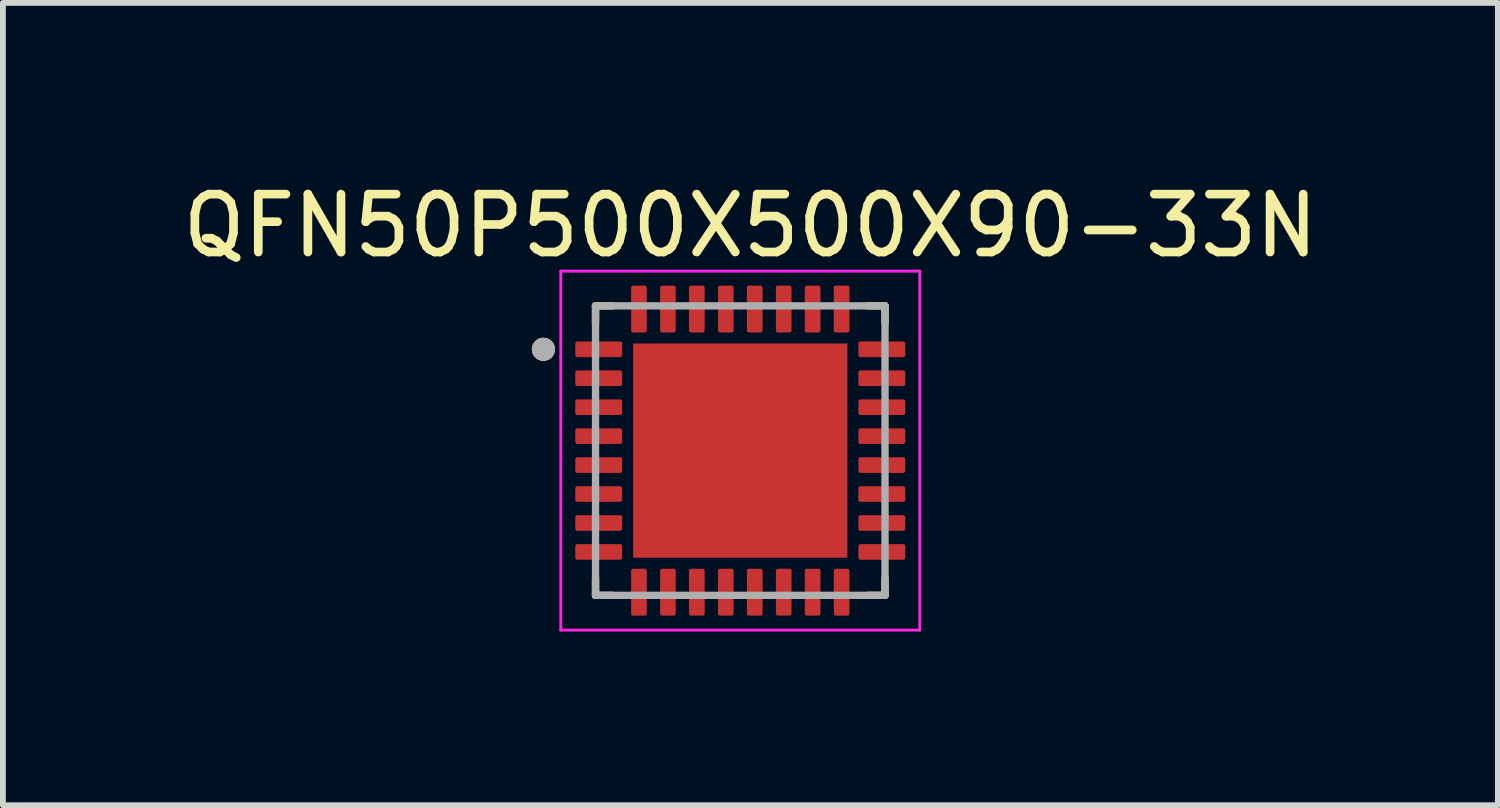
<source format=kicad_pcb>
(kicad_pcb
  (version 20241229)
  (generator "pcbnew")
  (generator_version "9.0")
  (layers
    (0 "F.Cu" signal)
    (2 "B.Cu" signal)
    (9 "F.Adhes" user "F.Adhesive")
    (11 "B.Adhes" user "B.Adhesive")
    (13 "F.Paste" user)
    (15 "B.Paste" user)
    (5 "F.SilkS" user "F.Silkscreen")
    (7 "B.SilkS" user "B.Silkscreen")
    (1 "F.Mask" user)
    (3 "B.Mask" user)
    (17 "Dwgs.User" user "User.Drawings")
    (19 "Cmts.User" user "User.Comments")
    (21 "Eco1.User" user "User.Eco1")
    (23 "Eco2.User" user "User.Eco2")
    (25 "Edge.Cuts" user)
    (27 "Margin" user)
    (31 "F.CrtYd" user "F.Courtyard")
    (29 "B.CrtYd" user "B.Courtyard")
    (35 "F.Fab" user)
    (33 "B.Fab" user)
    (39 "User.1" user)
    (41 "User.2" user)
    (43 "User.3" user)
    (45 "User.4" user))
  (footprint "QFN50P500X500X90-33N"
    (layer "F.Cu")
    (at 9.736 4.733)
    (property "Reference" "QFN50P500X500X90-33N" (at 0.175 -3.885 0) (layer "F.SilkS") (effects (font (size 1 1) (thickness 0.15))))
    (attr smd)
    (fp_poly (pts (xy -1.9 -1.9) (xy 1.9 -1.9) (xy 1.9 1.9) (xy -1.9 1.9)) (stroke (width 0.01) (type solid)) (fill yes) (layer "F.Mask"))
    (fp_poly (pts (xy -2.816 -1.935) (xy -2.074 -1.935) (xy -2.07 -1.935) (xy -2.065 -1.935) (xy -2.061 -1.934) (xy -2.057 -1.933) (xy -2.052 -1.932) (xy -2.048 -1.931) (xy -2.044 -1.929) (xy -2.04 -1.928) (xy -2.036 -1.926) (xy -2.032 -1.924) (xy -2.028 -1.921) (xy -2.025 -1.919) (xy -2.021 -1.916) (xy -2.018 -1.913) (xy -2.015 -1.91) (xy -2.012 -1.907) (xy -2.009 -1.904) (xy -2.006 -1.9) (xy -2.004 -1.897) (xy -2.001 -1.893) (xy -1.999 -1.889) (xy -1.997 -1.885) (xy -1.996 -1.881) (xy -1.994 -1.877) (xy -1.993 -1.873) (xy -1.992 -1.868) (xy -1.991 -1.864) (xy -1.99 -1.86) (xy -1.99 -1.855) (xy -1.99 -1.851) (xy -1.99 -1.649) (xy -1.99 -1.645) (xy -1.99 -1.64) (xy -1.991 -1.636) (xy -1.992 -1.632) (xy -1.993 -1.627) (xy -1.994 -1.623) (xy -1.996 -1.619) (xy -1.997 -1.615) (xy -1.999 -1.611) (xy -2.001 -1.607) (xy -2.004 -1.603) (xy -2.006 -1.6) (xy -2.009 -1.596) (xy -2.012 -1.593) (xy -2.015 -1.59) (xy -2.018 -1.587) (xy -2.021 -1.584) (xy -2.025 -1.581) (xy -2.028 -1.579) (xy -2.032 -1.576) (xy -2.036 -1.574) (xy -2.04 -1.572) (xy -2.044 -1.571) (xy -2.048 -1.569) (xy -2.052 -1.568) (xy -2.057 -1.567) (xy -2.061 -1.566) (xy -2.065 -1.565) (xy -2.07 -1.565) (xy -2.074 -1.565) (xy -2.816 -1.565) (xy -2.82 -1.565) (xy -2.825 -1.565) (xy -2.829 -1.566) (xy -2.833 -1.567) (xy -2.838 -1.568) (xy -2.842 -1.569) (xy -2.846 -1.571) (xy -2.85 -1.572) (xy -2.854 -1.574) (xy -2.858 -1.576) (xy -2.862 -1.579) (xy -2.865 -1.581) (xy -2.869 -1.584) (xy -2.872 -1.587) (xy -2.875 -1.59) (xy -2.878 -1.593) (xy -2.881 -1.596) (xy -2.884 -1.6) (xy -2.886 -1.603) (xy -2.889 -1.607) (xy -2.891 -1.611) (xy -2.893 -1.615) (xy -2.894 -1.619) (xy -2.896 -1.623) (xy -2.897 -1.627) (xy -2.898 -1.632) (xy -2.899 -1.636) (xy -2.9 -1.64) (xy -2.9 -1.645) (xy -2.9 -1.649) (xy -2.9 -1.851) (xy -2.9 -1.855) (xy -2.9 -1.86) (xy -2.899 -1.864) (xy -2.898 -1.868) (xy -2.897 -1.873) (xy -2.896 -1.877) (xy -2.894 -1.881) (xy -2.893 -1.885) (xy -2.891 -1.889) (xy -2.889 -1.893) (xy -2.886 -1.897) (xy -2.884 -1.9) (xy -2.881 -1.904) (xy -2.878 -1.907) (xy -2.875 -1.91) (xy -2.872 -1.913) (xy -2.869 -1.916) (xy -2.865 -1.919) (xy -2.862 -1.921) (xy -2.858 -1.924) (xy -2.854 -1.926) (xy -2.85 -1.928) (xy -2.846 -1.929) (xy -2.842 -1.931) (xy -2.838 -1.932) (xy -2.833 -1.933) (xy -2.829 -1.934) (xy -2.825 -1.935) (xy -2.82 -1.935) (xy -2.816 -1.935)) (stroke (width 0.01) (type solid)) (fill yes) (layer "F.Mask"))
    (fp_poly (pts (xy -2.816 -1.435) (xy -2.074 -1.435) (xy -2.07 -1.435) (xy -2.065 -1.435) (xy -2.061 -1.434) (xy -2.057 -1.433) (xy -2.052 -1.432) (xy -2.048 -1.431) (xy -2.044 -1.429) (xy -2.04 -1.428) (xy -2.036 -1.426) (xy -2.032 -1.424) (xy -2.028 -1.421) (xy -2.025 -1.419) (xy -2.021 -1.416) (xy -2.018 -1.413) (xy -2.015 -1.41) (xy -2.012 -1.407) (xy -2.009 -1.404) (xy -2.006 -1.4) (xy -2.004 -1.397) (xy -2.001 -1.393) (xy -1.999 -1.389) (xy -1.997 -1.385) (xy -1.996 -1.381) (xy -1.994 -1.377) (xy -1.993 -1.373) (xy -1.992 -1.368) (xy -1.991 -1.364) (xy -1.99 -1.36) (xy -1.99 -1.355) (xy -1.99 -1.351) (xy -1.99 -1.149) (xy -1.99 -1.145) (xy -1.99 -1.14) (xy -1.991 -1.136) (xy -1.992 -1.132) (xy -1.993 -1.127) (xy -1.994 -1.123) (xy -1.996 -1.119) (xy -1.997 -1.115) (xy -1.999 -1.111) (xy -2.001 -1.107) (xy -2.004 -1.103) (xy -2.006 -1.1) (xy -2.009 -1.096) (xy -2.012 -1.093) (xy -2.015 -1.09) (xy -2.018 -1.087) (xy -2.021 -1.084) (xy -2.025 -1.081) (xy -2.028 -1.079) (xy -2.032 -1.076) (xy -2.036 -1.074) (xy -2.04 -1.072) (xy -2.044 -1.071) (xy -2.048 -1.069) (xy -2.052 -1.068) (xy -2.057 -1.067) (xy -2.061 -1.066) (xy -2.065 -1.065) (xy -2.07 -1.065) (xy -2.074 -1.065) (xy -2.816 -1.065) (xy -2.82 -1.065) (xy -2.825 -1.065) (xy -2.829 -1.066) (xy -2.833 -1.067) (xy -2.838 -1.068) (xy -2.842 -1.069) (xy -2.846 -1.071) (xy -2.85 -1.072) (xy -2.854 -1.074) (xy -2.858 -1.076) (xy -2.862 -1.079) (xy -2.865 -1.081) (xy -2.869 -1.084) (xy -2.872 -1.087) (xy -2.875 -1.09) (xy -2.878 -1.093) (xy -2.881 -1.096) (xy -2.884 -1.1) (xy -2.886 -1.103) (xy -2.889 -1.107) (xy -2.891 -1.111) (xy -2.893 -1.115) (xy -2.894 -1.119) (xy -2.896 -1.123) (xy -2.897 -1.127) (xy -2.898 -1.132) (xy -2.899 -1.136) (xy -2.9 -1.14) (xy -2.9 -1.145) (xy -2.9 -1.149) (xy -2.9 -1.351) (xy -2.9 -1.355) (xy -2.9 -1.36) (xy -2.899 -1.364) (xy -2.898 -1.368) (xy -2.897 -1.373) (xy -2.896 -1.377) (xy -2.894 -1.381) (xy -2.893 -1.385) (xy -2.891 -1.389) (xy -2.889 -1.393) (xy -2.886 -1.397) (xy -2.884 -1.4) (xy -2.881 -1.404) (xy -2.878 -1.407) (xy -2.875 -1.41) (xy -2.872 -1.413) (xy -2.869 -1.416) (xy -2.865 -1.419) (xy -2.862 -1.421) (xy -2.858 -1.424) (xy -2.854 -1.426) (xy -2.85 -1.428) (xy -2.846 -1.429) (xy -2.842 -1.431) (xy -2.838 -1.432) (xy -2.833 -1.433) (xy -2.829 -1.434) (xy -2.825 -1.435) (xy -2.82 -1.435) (xy -2.816 -1.435)) (stroke (width 0.01) (type solid)) (fill yes) (layer "F.Mask"))
    (fp_poly (pts (xy -2.816 -0.935) (xy -2.074 -0.935) (xy -2.07 -0.935) (xy -2.065 -0.935) (xy -2.061 -0.934) (xy -2.057 -0.933) (xy -2.052 -0.932) (xy -2.048 -0.931) (xy -2.044 -0.929) (xy -2.04 -0.928) (xy -2.036 -0.926) (xy -2.032 -0.924) (xy -2.028 -0.921) (xy -2.025 -0.919) (xy -2.021 -0.916) (xy -2.018 -0.913) (xy -2.015 -0.91) (xy -2.012 -0.907) (xy -2.009 -0.904) (xy -2.006 -0.9) (xy -2.004 -0.897) (xy -2.001 -0.893) (xy -1.999 -0.889) (xy -1.997 -0.885) (xy -1.996 -0.881) (xy -1.994 -0.877) (xy -1.993 -0.873) (xy -1.992 -0.868) (xy -1.991 -0.864) (xy -1.99 -0.86) (xy -1.99 -0.855) (xy -1.99 -0.851) (xy -1.99 -0.649) (xy -1.99 -0.645) (xy -1.99 -0.64) (xy -1.991 -0.636) (xy -1.992 -0.632) (xy -1.993 -0.627) (xy -1.994 -0.623) (xy -1.996 -0.619) (xy -1.997 -0.615) (xy -1.999 -0.611) (xy -2.001 -0.607) (xy -2.004 -0.603) (xy -2.006 -0.6) (xy -2.009 -0.596) (xy -2.012 -0.593) (xy -2.015 -0.59) (xy -2.018 -0.587) (xy -2.021 -0.584) (xy -2.025 -0.581) (xy -2.028 -0.579) (xy -2.032 -0.576) (xy -2.036 -0.574) (xy -2.04 -0.572) (xy -2.044 -0.571) (xy -2.048 -0.569) (xy -2.052 -0.568) (xy -2.057 -0.567) (xy -2.061 -0.566) (xy -2.065 -0.565) (xy -2.07 -0.565) (xy -2.074 -0.565) (xy -2.816 -0.565) (xy -2.82 -0.565) (xy -2.825 -0.565) (xy -2.829 -0.566) (xy -2.833 -0.567) (xy -2.838 -0.568) (xy -2.842 -0.569) (xy -2.846 -0.571) (xy -2.85 -0.572) (xy -2.854 -0.574) (xy -2.858 -0.576) (xy -2.862 -0.579) (xy -2.865 -0.581) (xy -2.869 -0.584) (xy -2.872 -0.587) (xy -2.875 -0.59) (xy -2.878 -0.593) (xy -2.881 -0.596) (xy -2.884 -0.6) (xy -2.886 -0.603) (xy -2.889 -0.607) (xy -2.891 -0.611) (xy -2.893 -0.615) (xy -2.894 -0.619) (xy -2.896 -0.623) (xy -2.897 -0.627) (xy -2.898 -0.632) (xy -2.899 -0.636) (xy -2.9 -0.64) (xy -2.9 -0.645) (xy -2.9 -0.649) (xy -2.9 -0.851) (xy -2.9 -0.855) (xy -2.9 -0.86) (xy -2.899 -0.864) (xy -2.898 -0.868) (xy -2.897 -0.873) (xy -2.896 -0.877) (xy -2.894 -0.881) (xy -2.893 -0.885) (xy -2.891 -0.889) (xy -2.889 -0.893) (xy -2.886 -0.897) (xy -2.884 -0.9) (xy -2.881 -0.904) (xy -2.878 -0.907) (xy -2.875 -0.91) (xy -2.872 -0.913) (xy -2.869 -0.916) (xy -2.865 -0.919) (xy -2.862 -0.921) (xy -2.858 -0.924) (xy -2.854 -0.926) (xy -2.85 -0.928) (xy -2.846 -0.929) (xy -2.842 -0.931) (xy -2.838 -0.932) (xy -2.833 -0.933) (xy -2.829 -0.934) (xy -2.825 -0.935) (xy -2.82 -0.935) (xy -2.816 -0.935)) (stroke (width 0.01) (type solid)) (fill yes) (layer "F.Mask"))
    (fp_poly (pts (xy -2.816 -0.435) (xy -2.074 -0.435) (xy -2.07 -0.435) (xy -2.065 -0.435) (xy -2.061 -0.434) (xy -2.057 -0.433) (xy -2.052 -0.432) (xy -2.048 -0.431) (xy -2.044 -0.429) (xy -2.04 -0.428) (xy -2.036 -0.426) (xy -2.032 -0.424) (xy -2.028 -0.421) (xy -2.025 -0.419) (xy -2.021 -0.416) (xy -2.018 -0.413) (xy -2.015 -0.41) (xy -2.012 -0.407) (xy -2.009 -0.404) (xy -2.006 -0.4) (xy -2.004 -0.397) (xy -2.001 -0.393) (xy -1.999 -0.389) (xy -1.997 -0.385) (xy -1.996 -0.381) (xy -1.994 -0.377) (xy -1.993 -0.373) (xy -1.992 -0.368) (xy -1.991 -0.364) (xy -1.99 -0.36) (xy -1.99 -0.355) (xy -1.99 -0.351) (xy -1.99 -0.149) (xy -1.99 -0.145) (xy -1.99 -0.14) (xy -1.991 -0.136) (xy -1.992 -0.132) (xy -1.993 -0.127) (xy -1.994 -0.123) (xy -1.996 -0.119) (xy -1.997 -0.115) (xy -1.999 -0.111) (xy -2.001 -0.107) (xy -2.004 -0.103) (xy -2.006 -0.1) (xy -2.009 -0.096) (xy -2.012 -0.093) (xy -2.015 -0.09) (xy -2.018 -0.087) (xy -2.021 -0.084) (xy -2.025 -0.081) (xy -2.028 -0.079) (xy -2.032 -0.076) (xy -2.036 -0.074) (xy -2.04 -0.072) (xy -2.044 -0.071) (xy -2.048 -0.069) (xy -2.052 -0.068) (xy -2.057 -0.067) (xy -2.061 -0.066) (xy -2.065 -0.065) (xy -2.07 -0.065) (xy -2.074 -0.065) (xy -2.816 -0.065) (xy -2.82 -0.065) (xy -2.825 -0.065) (xy -2.829 -0.066) (xy -2.833 -0.067) (xy -2.838 -0.068) (xy -2.842 -0.069) (xy -2.846 -0.071) (xy -2.85 -0.072) (xy -2.854 -0.074) (xy -2.858 -0.076) (xy -2.862 -0.079) (xy -2.865 -0.081) (xy -2.869 -0.084) (xy -2.872 -0.087) (xy -2.875 -0.09) (xy -2.878 -0.093) (xy -2.881 -0.096) (xy -2.884 -0.1) (xy -2.886 -0.103) (xy -2.889 -0.107) (xy -2.891 -0.111) (xy -2.893 -0.115) (xy -2.894 -0.119) (xy -2.896 -0.123) (xy -2.897 -0.127) (xy -2.898 -0.132) (xy -2.899 -0.136) (xy -2.9 -0.14) (xy -2.9 -0.145) (xy -2.9 -0.149) (xy -2.9 -0.351) (xy -2.9 -0.355) (xy -2.9 -0.36) (xy -2.899 -0.364) (xy -2.898 -0.368) (xy -2.897 -0.373) (xy -2.896 -0.377) (xy -2.894 -0.381) (xy -2.893 -0.385) (xy -2.891 -0.389) (xy -2.889 -0.393) (xy -2.886 -0.397) (xy -2.884 -0.4) (xy -2.881 -0.404) (xy -2.878 -0.407) (xy -2.875 -0.41) (xy -2.872 -0.413) (xy -2.869 -0.416) (xy -2.865 -0.419) (xy -2.862 -0.421) (xy -2.858 -0.424) (xy -2.854 -0.426) (xy -2.85 -0.428) (xy -2.846 -0.429) (xy -2.842 -0.431) (xy -2.838 -0.432) (xy -2.833 -0.433) (xy -2.829 -0.434) (xy -2.825 -0.435) (xy -2.82 -0.435) (xy -2.816 -0.435)) (stroke (width 0.01) (type solid)) (fill yes) (layer "F.Mask"))
    (fp_poly (pts (xy -2.816 0.065) (xy -2.074 0.065) (xy -2.07 0.065) (xy -2.065 0.065) (xy -2.061 0.066) (xy -2.057 0.067) (xy -2.052 0.068) (xy -2.048 0.069) (xy -2.044 0.071) (xy -2.04 0.072) (xy -2.036 0.074) (xy -2.032 0.076) (xy -2.028 0.079) (xy -2.025 0.081) (xy -2.021 0.084) (xy -2.018 0.087) (xy -2.015 0.09) (xy -2.012 0.093) (xy -2.009 0.096) (xy -2.006 0.1) (xy -2.004 0.103) (xy -2.001 0.107) (xy -1.999 0.111) (xy -1.997 0.115) (xy -1.996 0.119) (xy -1.994 0.123) (xy -1.993 0.127) (xy -1.992 0.132) (xy -1.991 0.136) (xy -1.99 0.14) (xy -1.99 0.145) (xy -1.99 0.149) (xy -1.99 0.351) (xy -1.99 0.355) (xy -1.99 0.36) (xy -1.991 0.364) (xy -1.992 0.368) (xy -1.993 0.373) (xy -1.994 0.377) (xy -1.996 0.381) (xy -1.997 0.385) (xy -1.999 0.389) (xy -2.001 0.393) (xy -2.004 0.397) (xy -2.006 0.4) (xy -2.009 0.404) (xy -2.012 0.407) (xy -2.015 0.41) (xy -2.018 0.413) (xy -2.021 0.416) (xy -2.025 0.419) (xy -2.028 0.421) (xy -2.032 0.424) (xy -2.036 0.426) (xy -2.04 0.428) (xy -2.044 0.429) (xy -2.048 0.431) (xy -2.052 0.432) (xy -2.057 0.433) (xy -2.061 0.434) (xy -2.065 0.435) (xy -2.07 0.435) (xy -2.074 0.435) (xy -2.816 0.435) (xy -2.82 0.435) (xy -2.825 0.435) (xy -2.829 0.434) (xy -2.833 0.433) (xy -2.838 0.432) (xy -2.842 0.431) (xy -2.846 0.429) (xy -2.85 0.428) (xy -2.854 0.426) (xy -2.858 0.424) (xy -2.862 0.421) (xy -2.865 0.419) (xy -2.869 0.416) (xy -2.872 0.413) (xy -2.875 0.41) (xy -2.878 0.407) (xy -2.881 0.404) (xy -2.884 0.4) (xy -2.886 0.397) (xy -2.889 0.393) (xy -2.891 0.389) (xy -2.893 0.385) (xy -2.894 0.381) (xy -2.896 0.377) (xy -2.897 0.373) (xy -2.898 0.368) (xy -2.899 0.364) (xy -2.9 0.36) (xy -2.9 0.355) (xy -2.9 0.351) (xy -2.9 0.149) (xy -2.9 0.145) (xy -2.9 0.14) (xy -2.899 0.136) (xy -2.898 0.132) (xy -2.897 0.127) (xy -2.896 0.123) (xy -2.894 0.119) (xy -2.893 0.115) (xy -2.891 0.111) (xy -2.889 0.107) (xy -2.886 0.103) (xy -2.884 0.1) (xy -2.881 0.096) (xy -2.878 0.093) (xy -2.875 0.09) (xy -2.872 0.087) (xy -2.869 0.084) (xy -2.865 0.081) (xy -2.862 0.079) (xy -2.858 0.076) (xy -2.854 0.074) (xy -2.85 0.072) (xy -2.846 0.071) (xy -2.842 0.069) (xy -2.838 0.068) (xy -2.833 0.067) (xy -2.829 0.066) (xy -2.825 0.065) (xy -2.82 0.065) (xy -2.816 0.065)) (stroke (width 0.01) (type solid)) (fill yes) (layer "F.Mask"))
    (fp_poly (pts (xy -2.816 0.565) (xy -2.074 0.565) (xy -2.07 0.565) (xy -2.065 0.565) (xy -2.061 0.566) (xy -2.057 0.567) (xy -2.052 0.568) (xy -2.048 0.569) (xy -2.044 0.571) (xy -2.04 0.572) (xy -2.036 0.574) (xy -2.032 0.576) (xy -2.028 0.579) (xy -2.025 0.581) (xy -2.021 0.584) (xy -2.018 0.587) (xy -2.015 0.59) (xy -2.012 0.593) (xy -2.009 0.596) (xy -2.006 0.6) (xy -2.004 0.603) (xy -2.001 0.607) (xy -1.999 0.611) (xy -1.997 0.615) (xy -1.996 0.619) (xy -1.994 0.623) (xy -1.993 0.627) (xy -1.992 0.632) (xy -1.991 0.636) (xy -1.99 0.64) (xy -1.99 0.645) (xy -1.99 0.649) (xy -1.99 0.851) (xy -1.99 0.855) (xy -1.99 0.86) (xy -1.991 0.864) (xy -1.992 0.868) (xy -1.993 0.873) (xy -1.994 0.877) (xy -1.996 0.881) (xy -1.997 0.885) (xy -1.999 0.889) (xy -2.001 0.893) (xy -2.004 0.897) (xy -2.006 0.9) (xy -2.009 0.904) (xy -2.012 0.907) (xy -2.015 0.91) (xy -2.018 0.913) (xy -2.021 0.916) (xy -2.025 0.919) (xy -2.028 0.921) (xy -2.032 0.924) (xy -2.036 0.926) (xy -2.04 0.928) (xy -2.044 0.929) (xy -2.048 0.931) (xy -2.052 0.932) (xy -2.057 0.933) (xy -2.061 0.934) (xy -2.065 0.935) (xy -2.07 0.935) (xy -2.074 0.935) (xy -2.816 0.935) (xy -2.82 0.935) (xy -2.825 0.935) (xy -2.829 0.934) (xy -2.833 0.933) (xy -2.838 0.932) (xy -2.842 0.931) (xy -2.846 0.929) (xy -2.85 0.928) (xy -2.854 0.926) (xy -2.858 0.924) (xy -2.862 0.921) (xy -2.865 0.919) (xy -2.869 0.916) (xy -2.872 0.913) (xy -2.875 0.91) (xy -2.878 0.907) (xy -2.881 0.904) (xy -2.884 0.9) (xy -2.886 0.897) (xy -2.889 0.893) (xy -2.891 0.889) (xy -2.893 0.885) (xy -2.894 0.881) (xy -2.896 0.877) (xy -2.897 0.873) (xy -2.898 0.868) (xy -2.899 0.864) (xy -2.9 0.86) (xy -2.9 0.855) (xy -2.9 0.851) (xy -2.9 0.649) (xy -2.9 0.645) (xy -2.9 0.64) (xy -2.899 0.636) (xy -2.898 0.632) (xy -2.897 0.627) (xy -2.896 0.623) (xy -2.894 0.619) (xy -2.893 0.615) (xy -2.891 0.611) (xy -2.889 0.607) (xy -2.886 0.603) (xy -2.884 0.6) (xy -2.881 0.596) (xy -2.878 0.593) (xy -2.875 0.59) (xy -2.872 0.587) (xy -2.869 0.584) (xy -2.865 0.581) (xy -2.862 0.579) (xy -2.858 0.576) (xy -2.854 0.574) (xy -2.85 0.572) (xy -2.846 0.571) (xy -2.842 0.569) (xy -2.838 0.568) (xy -2.833 0.567) (xy -2.829 0.566) (xy -2.825 0.565) (xy -2.82 0.565) (xy -2.816 0.565)) (stroke (width 0.01) (type solid)) (fill yes) (layer "F.Mask"))
    (fp_poly (pts (xy -2.816 1.065) (xy -2.074 1.065) (xy -2.07 1.065) (xy -2.065 1.065) (xy -2.061 1.066) (xy -2.057 1.067) (xy -2.052 1.068) (xy -2.048 1.069) (xy -2.044 1.071) (xy -2.04 1.072) (xy -2.036 1.074) (xy -2.032 1.076) (xy -2.028 1.079) (xy -2.025 1.081) (xy -2.021 1.084) (xy -2.018 1.087) (xy -2.015 1.09) (xy -2.012 1.093) (xy -2.009 1.096) (xy -2.006 1.1) (xy -2.004 1.103) (xy -2.001 1.107) (xy -1.999 1.111) (xy -1.997 1.115) (xy -1.996 1.119) (xy -1.994 1.123) (xy -1.993 1.127) (xy -1.992 1.132) (xy -1.991 1.136) (xy -1.99 1.14) (xy -1.99 1.145) (xy -1.99 1.149) (xy -1.99 1.351) (xy -1.99 1.355) (xy -1.99 1.36) (xy -1.991 1.364) (xy -1.992 1.368) (xy -1.993 1.373) (xy -1.994 1.377) (xy -1.996 1.381) (xy -1.997 1.385) (xy -1.999 1.389) (xy -2.001 1.393) (xy -2.004 1.397) (xy -2.006 1.4) (xy -2.009 1.404) (xy -2.012 1.407) (xy -2.015 1.41) (xy -2.018 1.413) (xy -2.021 1.416) (xy -2.025 1.419) (xy -2.028 1.421) (xy -2.032 1.424) (xy -2.036 1.426) (xy -2.04 1.428) (xy -2.044 1.429) (xy -2.048 1.431) (xy -2.052 1.432) (xy -2.057 1.433) (xy -2.061 1.434) (xy -2.065 1.435) (xy -2.07 1.435) (xy -2.074 1.435) (xy -2.816 1.435) (xy -2.82 1.435) (xy -2.825 1.435) (xy -2.829 1.434) (xy -2.833 1.433) (xy -2.838 1.432) (xy -2.842 1.431) (xy -2.846 1.429) (xy -2.85 1.428) (xy -2.854 1.426) (xy -2.858 1.424) (xy -2.862 1.421) (xy -2.865 1.419) (xy -2.869 1.416) (xy -2.872 1.413) (xy -2.875 1.41) (xy -2.878 1.407) (xy -2.881 1.404) (xy -2.884 1.4) (xy -2.886 1.397) (xy -2.889 1.393) (xy -2.891 1.389) (xy -2.893 1.385) (xy -2.894 1.381) (xy -2.896 1.377) (xy -2.897 1.373) (xy -2.898 1.368) (xy -2.899 1.364) (xy -2.9 1.36) (xy -2.9 1.355) (xy -2.9 1.351) (xy -2.9 1.149) (xy -2.9 1.145) (xy -2.9 1.14) (xy -2.899 1.136) (xy -2.898 1.132) (xy -2.897 1.127) (xy -2.896 1.123) (xy -2.894 1.119) (xy -2.893 1.115) (xy -2.891 1.111) (xy -2.889 1.107) (xy -2.886 1.103) (xy -2.884 1.1) (xy -2.881 1.096) (xy -2.878 1.093) (xy -2.875 1.09) (xy -2.872 1.087) (xy -2.869 1.084) (xy -2.865 1.081) (xy -2.862 1.079) (xy -2.858 1.076) (xy -2.854 1.074) (xy -2.85 1.072) (xy -2.846 1.071) (xy -2.842 1.069) (xy -2.838 1.068) (xy -2.833 1.067) (xy -2.829 1.066) (xy -2.825 1.065) (xy -2.82 1.065) (xy -2.816 1.065)) (stroke (width 0.01) (type solid)) (fill yes) (layer "F.Mask"))
    (fp_poly (pts (xy -2.816 1.565) (xy -2.074 1.565) (xy -2.07 1.565) (xy -2.065 1.565) (xy -2.061 1.566) (xy -2.057 1.567) (xy -2.052 1.568) (xy -2.048 1.569) (xy -2.044 1.571) (xy -2.04 1.572) (xy -2.036 1.574) (xy -2.032 1.576) (xy -2.028 1.579) (xy -2.025 1.581) (xy -2.021 1.584) (xy -2.018 1.587) (xy -2.015 1.59) (xy -2.012 1.593) (xy -2.009 1.596) (xy -2.006 1.6) (xy -2.004 1.603) (xy -2.001 1.607) (xy -1.999 1.611) (xy -1.997 1.615) (xy -1.996 1.619) (xy -1.994 1.623) (xy -1.993 1.627) (xy -1.992 1.632) (xy -1.991 1.636) (xy -1.99 1.64) (xy -1.99 1.645) (xy -1.99 1.649) (xy -1.99 1.851) (xy -1.99 1.855) (xy -1.99 1.86) (xy -1.991 1.864) (xy -1.992 1.868) (xy -1.993 1.873) (xy -1.994 1.877) (xy -1.996 1.881) (xy -1.997 1.885) (xy -1.999 1.889) (xy -2.001 1.893) (xy -2.004 1.897) (xy -2.006 1.9) (xy -2.009 1.904) (xy -2.012 1.907) (xy -2.015 1.91) (xy -2.018 1.913) (xy -2.021 1.916) (xy -2.025 1.919) (xy -2.028 1.921) (xy -2.032 1.924) (xy -2.036 1.926) (xy -2.04 1.928) (xy -2.044 1.929) (xy -2.048 1.931) (xy -2.052 1.932) (xy -2.057 1.933) (xy -2.061 1.934) (xy -2.065 1.935) (xy -2.07 1.935) (xy -2.074 1.935) (xy -2.816 1.935) (xy -2.82 1.935) (xy -2.825 1.935) (xy -2.829 1.934) (xy -2.833 1.933) (xy -2.838 1.932) (xy -2.842 1.931) (xy -2.846 1.929) (xy -2.85 1.928) (xy -2.854 1.926) (xy -2.858 1.924) (xy -2.862 1.921) (xy -2.865 1.919) (xy -2.869 1.916) (xy -2.872 1.913) (xy -2.875 1.91) (xy -2.878 1.907) (xy -2.881 1.904) (xy -2.884 1.9) (xy -2.886 1.897) (xy -2.889 1.893) (xy -2.891 1.889) (xy -2.893 1.885) (xy -2.894 1.881) (xy -2.896 1.877) (xy -2.897 1.873) (xy -2.898 1.868) (xy -2.899 1.864) (xy -2.9 1.86) (xy -2.9 1.855) (xy -2.9 1.851) (xy -2.9 1.649) (xy -2.9 1.645) (xy -2.9 1.64) (xy -2.899 1.636) (xy -2.898 1.632) (xy -2.897 1.627) (xy -2.896 1.623) (xy -2.894 1.619) (xy -2.893 1.615) (xy -2.891 1.611) (xy -2.889 1.607) (xy -2.886 1.603) (xy -2.884 1.6) (xy -2.881 1.596) (xy -2.878 1.593) (xy -2.875 1.59) (xy -2.872 1.587) (xy -2.869 1.584) (xy -2.865 1.581) (xy -2.862 1.579) (xy -2.858 1.576) (xy -2.854 1.574) (xy -2.85 1.572) (xy -2.846 1.571) (xy -2.842 1.569) (xy -2.838 1.568) (xy -2.833 1.567) (xy -2.829 1.566) (xy -2.825 1.565) (xy -2.82 1.565) (xy -2.816 1.565)) (stroke (width 0.01) (type solid)) (fill yes) (layer "F.Mask"))
    (fp_poly (pts (xy -1.935 2.816) (xy -1.935 2.074) (xy -1.935 2.07) (xy -1.935 2.065) (xy -1.934 2.061) (xy -1.933 2.057) (xy -1.932 2.052) (xy -1.931 2.048) (xy -1.929 2.044) (xy -1.928 2.04) (xy -1.926 2.036) (xy -1.924 2.032) (xy -1.921 2.028) (xy -1.919 2.025) (xy -1.916 2.021) (xy -1.913 2.018) (xy -1.91 2.015) (xy -1.907 2.012) (xy -1.904 2.009) (xy -1.9 2.006) (xy -1.897 2.004) (xy -1.893 2.001) (xy -1.889 1.999) (xy -1.885 1.997) (xy -1.881 1.996) (xy -1.877 1.994) (xy -1.873 1.993) (xy -1.868 1.992) (xy -1.864 1.991) (xy -1.86 1.99) (xy -1.855 1.99) (xy -1.851 1.99) (xy -1.649 1.99) (xy -1.645 1.99) (xy -1.64 1.99) (xy -1.636 1.991) (xy -1.632 1.992) (xy -1.627 1.993) (xy -1.623 1.994) (xy -1.619 1.996) (xy -1.615 1.997) (xy -1.611 1.999) (xy -1.607 2.001) (xy -1.603 2.004) (xy -1.6 2.006) (xy -1.596 2.009) (xy -1.593 2.012) (xy -1.59 2.015) (xy -1.587 2.018) (xy -1.584 2.021) (xy -1.581 2.025) (xy -1.579 2.028) (xy -1.576 2.032) (xy -1.574 2.036) (xy -1.572 2.04) (xy -1.571 2.044) (xy -1.569 2.048) (xy -1.568 2.052) (xy -1.567 2.057) (xy -1.566 2.061) (xy -1.565 2.065) (xy -1.565 2.07) (xy -1.565 2.074) (xy -1.565 2.816) (xy -1.565 2.82) (xy -1.565 2.825) (xy -1.566 2.829) (xy -1.567 2.833) (xy -1.568 2.838) (xy -1.569 2.842) (xy -1.571 2.846) (xy -1.572 2.85) (xy -1.574 2.854) (xy -1.576 2.858) (xy -1.579 2.862) (xy -1.581 2.865) (xy -1.584 2.869) (xy -1.587 2.872) (xy -1.59 2.875) (xy -1.593 2.878) (xy -1.596 2.881) (xy -1.6 2.884) (xy -1.603 2.886) (xy -1.607 2.889) (xy -1.611 2.891) (xy -1.615 2.893) (xy -1.619 2.894) (xy -1.623 2.896) (xy -1.627 2.897) (xy -1.632 2.898) (xy -1.636 2.899) (xy -1.64 2.9) (xy -1.645 2.9) (xy -1.649 2.9) (xy -1.851 2.9) (xy -1.855 2.9) (xy -1.86 2.9) (xy -1.864 2.899) (xy -1.868 2.898) (xy -1.873 2.897) (xy -1.877 2.896) (xy -1.881 2.894) (xy -1.885 2.893) (xy -1.889 2.891) (xy -1.893 2.889) (xy -1.897 2.886) (xy -1.9 2.884) (xy -1.904 2.881) (xy -1.907 2.878) (xy -1.91 2.875) (xy -1.913 2.872) (xy -1.916 2.869) (xy -1.919 2.865) (xy -1.921 2.862) (xy -1.924 2.858) (xy -1.926 2.854) (xy -1.928 2.85) (xy -1.929 2.846) (xy -1.931 2.842) (xy -1.932 2.838) (xy -1.933 2.833) (xy -1.934 2.829) (xy -1.935 2.825) (xy -1.935 2.82) (xy -1.935 2.816)) (stroke (width 0.01) (type solid)) (fill yes) (layer "F.Mask"))
    (fp_poly (pts (xy -1.565 -2.816) (xy -1.565 -2.074) (xy -1.565 -2.07) (xy -1.565 -2.065) (xy -1.566 -2.061) (xy -1.567 -2.057) (xy -1.568 -2.052) (xy -1.569 -2.048) (xy -1.571 -2.044) (xy -1.572 -2.04) (xy -1.574 -2.036) (xy -1.576 -2.032) (xy -1.579 -2.028) (xy -1.581 -2.025) (xy -1.584 -2.021) (xy -1.587 -2.018) (xy -1.59 -2.015) (xy -1.593 -2.012) (xy -1.596 -2.009) (xy -1.6 -2.006) (xy -1.603 -2.004) (xy -1.607 -2.001) (xy -1.611 -1.999) (xy -1.615 -1.997) (xy -1.619 -1.996) (xy -1.623 -1.994) (xy -1.627 -1.993) (xy -1.632 -1.992) (xy -1.636 -1.991) (xy -1.64 -1.99) (xy -1.645 -1.99) (xy -1.649 -1.99) (xy -1.851 -1.99) (xy -1.855 -1.99) (xy -1.86 -1.99) (xy -1.864 -1.991) (xy -1.868 -1.992) (xy -1.873 -1.993) (xy -1.877 -1.994) (xy -1.881 -1.996) (xy -1.885 -1.997) (xy -1.889 -1.999) (xy -1.893 -2.001) (xy -1.897 -2.004) (xy -1.9 -2.006) (xy -1.904 -2.009) (xy -1.907 -2.012) (xy -1.91 -2.015) (xy -1.913 -2.018) (xy -1.916 -2.021) (xy -1.919 -2.025) (xy -1.921 -2.028) (xy -1.924 -2.032) (xy -1.926 -2.036) (xy -1.928 -2.04) (xy -1.929 -2.044) (xy -1.931 -2.048) (xy -1.932 -2.052) (xy -1.933 -2.057) (xy -1.934 -2.061) (xy -1.935 -2.065) (xy -1.935 -2.07) (xy -1.935 -2.074) (xy -1.935 -2.816) (xy -1.935 -2.82) (xy -1.935 -2.825) (xy -1.934 -2.829) (xy -1.933 -2.833) (xy -1.932 -2.838) (xy -1.931 -2.842) (xy -1.929 -2.846) (xy -1.928 -2.85) (xy -1.926 -2.854) (xy -1.924 -2.858) (xy -1.921 -2.862) (xy -1.919 -2.865) (xy -1.916 -2.869) (xy -1.913 -2.872) (xy -1.91 -2.875) (xy -1.907 -2.878) (xy -1.904 -2.881) (xy -1.9 -2.884) (xy -1.897 -2.886) (xy -1.893 -2.889) (xy -1.889 -2.891) (xy -1.885 -2.893) (xy -1.881 -2.894) (xy -1.877 -2.896) (xy -1.873 -2.897) (xy -1.868 -2.898) (xy -1.864 -2.899) (xy -1.86 -2.9) (xy -1.855 -2.9) (xy -1.851 -2.9) (xy -1.649 -2.9) (xy -1.645 -2.9) (xy -1.64 -2.9) (xy -1.636 -2.899) (xy -1.632 -2.898) (xy -1.627 -2.897) (xy -1.623 -2.896) (xy -1.619 -2.894) (xy -1.615 -2.893) (xy -1.611 -2.891) (xy -1.607 -2.889) (xy -1.603 -2.886) (xy -1.6 -2.884) (xy -1.596 -2.881) (xy -1.593 -2.878) (xy -1.59 -2.875) (xy -1.587 -2.872) (xy -1.584 -2.869) (xy -1.581 -2.865) (xy -1.579 -2.862) (xy -1.576 -2.858) (xy -1.574 -2.854) (xy -1.572 -2.85) (xy -1.571 -2.846) (xy -1.569 -2.842) (xy -1.568 -2.838) (xy -1.567 -2.833) (xy -1.566 -2.829) (xy -1.565 -2.825) (xy -1.565 -2.82) (xy -1.565 -2.816)) (stroke (width 0.01) (type solid)) (fill yes) (layer "F.Mask"))
    (fp_poly (pts (xy -1.435 2.816) (xy -1.435 2.074) (xy -1.435 2.07) (xy -1.435 2.065) (xy -1.434 2.061) (xy -1.433 2.057) (xy -1.432 2.052) (xy -1.431 2.048) (xy -1.429 2.044) (xy -1.428 2.04) (xy -1.426 2.036) (xy -1.424 2.032) (xy -1.421 2.028) (xy -1.419 2.025) (xy -1.416 2.021) (xy -1.413 2.018) (xy -1.41 2.015) (xy -1.407 2.012) (xy -1.404 2.009) (xy -1.4 2.006) (xy -1.397 2.004) (xy -1.393 2.001) (xy -1.389 1.999) (xy -1.385 1.997) (xy -1.381 1.996) (xy -1.377 1.994) (xy -1.373 1.993) (xy -1.368 1.992) (xy -1.364 1.991) (xy -1.36 1.99) (xy -1.355 1.99) (xy -1.351 1.99) (xy -1.149 1.99) (xy -1.145 1.99) (xy -1.14 1.99) (xy -1.136 1.991) (xy -1.132 1.992) (xy -1.127 1.993) (xy -1.123 1.994) (xy -1.119 1.996) (xy -1.115 1.997) (xy -1.111 1.999) (xy -1.107 2.001) (xy -1.103 2.004) (xy -1.1 2.006) (xy -1.096 2.009) (xy -1.093 2.012) (xy -1.09 2.015) (xy -1.087 2.018) (xy -1.084 2.021) (xy -1.081 2.025) (xy -1.079 2.028) (xy -1.076 2.032) (xy -1.074 2.036) (xy -1.072 2.04) (xy -1.071 2.044) (xy -1.069 2.048) (xy -1.068 2.052) (xy -1.067 2.057) (xy -1.066 2.061) (xy -1.065 2.065) (xy -1.065 2.07) (xy -1.065 2.074) (xy -1.065 2.816) (xy -1.065 2.82) (xy -1.065 2.825) (xy -1.066 2.829) (xy -1.067 2.833) (xy -1.068 2.838) (xy -1.069 2.842) (xy -1.071 2.846) (xy -1.072 2.85) (xy -1.074 2.854) (xy -1.076 2.858) (xy -1.079 2.862) (xy -1.081 2.865) (xy -1.084 2.869) (xy -1.087 2.872) (xy -1.09 2.875) (xy -1.093 2.878) (xy -1.096 2.881) (xy -1.1 2.884) (xy -1.103 2.886) (xy -1.107 2.889) (xy -1.111 2.891) (xy -1.115 2.893) (xy -1.119 2.894) (xy -1.123 2.896) (xy -1.127 2.897) (xy -1.132 2.898) (xy -1.136 2.899) (xy -1.14 2.9) (xy -1.145 2.9) (xy -1.149 2.9) (xy -1.351 2.9) (xy -1.355 2.9) (xy -1.36 2.9) (xy -1.364 2.899) (xy -1.368 2.898) (xy -1.373 2.897) (xy -1.377 2.896) (xy -1.381 2.894) (xy -1.385 2.893) (xy -1.389 2.891) (xy -1.393 2.889) (xy -1.397 2.886) (xy -1.4 2.884) (xy -1.404 2.881) (xy -1.407 2.878) (xy -1.41 2.875) (xy -1.413 2.872) (xy -1.416 2.869) (xy -1.419 2.865) (xy -1.421 2.862) (xy -1.424 2.858) (xy -1.426 2.854) (xy -1.428 2.85) (xy -1.429 2.846) (xy -1.431 2.842) (xy -1.432 2.838) (xy -1.433 2.833) (xy -1.434 2.829) (xy -1.435 2.825) (xy -1.435 2.82) (xy -1.435 2.816)) (stroke (width 0.01) (type solid)) (fill yes) (layer "F.Mask"))
    (fp_poly (pts (xy -1.065 -2.816) (xy -1.065 -2.074) (xy -1.065 -2.07) (xy -1.065 -2.065) (xy -1.066 -2.061) (xy -1.067 -2.057) (xy -1.068 -2.052) (xy -1.069 -2.048) (xy -1.071 -2.044) (xy -1.072 -2.04) (xy -1.074 -2.036) (xy -1.076 -2.032) (xy -1.079 -2.028) (xy -1.081 -2.025) (xy -1.084 -2.021) (xy -1.087 -2.018) (xy -1.09 -2.015) (xy -1.093 -2.012) (xy -1.096 -2.009) (xy -1.1 -2.006) (xy -1.103 -2.004) (xy -1.107 -2.001) (xy -1.111 -1.999) (xy -1.115 -1.997) (xy -1.119 -1.996) (xy -1.123 -1.994) (xy -1.127 -1.993) (xy -1.132 -1.992) (xy -1.136 -1.991) (xy -1.14 -1.99) (xy -1.145 -1.99) (xy -1.149 -1.99) (xy -1.351 -1.99) (xy -1.355 -1.99) (xy -1.36 -1.99) (xy -1.364 -1.991) (xy -1.368 -1.992) (xy -1.373 -1.993) (xy -1.377 -1.994) (xy -1.381 -1.996) (xy -1.385 -1.997) (xy -1.389 -1.999) (xy -1.393 -2.001) (xy -1.397 -2.004) (xy -1.4 -2.006) (xy -1.404 -2.009) (xy -1.407 -2.012) (xy -1.41 -2.015) (xy -1.413 -2.018) (xy -1.416 -2.021) (xy -1.419 -2.025) (xy -1.421 -2.028) (xy -1.424 -2.032) (xy -1.426 -2.036) (xy -1.428 -2.04) (xy -1.429 -2.044) (xy -1.431 -2.048) (xy -1.432 -2.052) (xy -1.433 -2.057) (xy -1.434 -2.061) (xy -1.435 -2.065) (xy -1.435 -2.07) (xy -1.435 -2.074) (xy -1.435 -2.816) (xy -1.435 -2.82) (xy -1.435 -2.825) (xy -1.434 -2.829) (xy -1.433 -2.833) (xy -1.432 -2.838) (xy -1.431 -2.842) (xy -1.429 -2.846) (xy -1.428 -2.85) (xy -1.426 -2.854) (xy -1.424 -2.858) (xy -1.421 -2.862) (xy -1.419 -2.865) (xy -1.416 -2.869) (xy -1.413 -2.872) (xy -1.41 -2.875) (xy -1.407 -2.878) (xy -1.404 -2.881) (xy -1.4 -2.884) (xy -1.397 -2.886) (xy -1.393 -2.889) (xy -1.389 -2.891) (xy -1.385 -2.893) (xy -1.381 -2.894) (xy -1.377 -2.896) (xy -1.373 -2.897) (xy -1.368 -2.898) (xy -1.364 -2.899) (xy -1.36 -2.9) (xy -1.355 -2.9) (xy -1.351 -2.9) (xy -1.149 -2.9) (xy -1.145 -2.9) (xy -1.14 -2.9) (xy -1.136 -2.899) (xy -1.132 -2.898) (xy -1.127 -2.897) (xy -1.123 -2.896) (xy -1.119 -2.894) (xy -1.115 -2.893) (xy -1.111 -2.891) (xy -1.107 -2.889) (xy -1.103 -2.886) (xy -1.1 -2.884) (xy -1.096 -2.881) (xy -1.093 -2.878) (xy -1.09 -2.875) (xy -1.087 -2.872) (xy -1.084 -2.869) (xy -1.081 -2.865) (xy -1.079 -2.862) (xy -1.076 -2.858) (xy -1.074 -2.854) (xy -1.072 -2.85) (xy -1.071 -2.846) (xy -1.069 -2.842) (xy -1.068 -2.838) (xy -1.067 -2.833) (xy -1.066 -2.829) (xy -1.065 -2.825) (xy -1.065 -2.82) (xy -1.065 -2.816)) (stroke (width 0.01) (type solid)) (fill yes) (layer "F.Mask"))
    (fp_poly (pts (xy -0.935 2.816) (xy -0.935 2.074) (xy -0.935 2.07) (xy -0.935 2.065) (xy -0.934 2.061) (xy -0.933 2.057) (xy -0.932 2.052) (xy -0.931 2.048) (xy -0.929 2.044) (xy -0.928 2.04) (xy -0.926 2.036) (xy -0.924 2.032) (xy -0.921 2.028) (xy -0.919 2.025) (xy -0.916 2.021) (xy -0.913 2.018) (xy -0.91 2.015) (xy -0.907 2.012) (xy -0.904 2.009) (xy -0.9 2.006) (xy -0.897 2.004) (xy -0.893 2.001) (xy -0.889 1.999) (xy -0.885 1.997) (xy -0.881 1.996) (xy -0.877 1.994) (xy -0.873 1.993) (xy -0.868 1.992) (xy -0.864 1.991) (xy -0.86 1.99) (xy -0.855 1.99) (xy -0.851 1.99) (xy -0.649 1.99) (xy -0.645 1.99) (xy -0.64 1.99) (xy -0.636 1.991) (xy -0.632 1.992) (xy -0.627 1.993) (xy -0.623 1.994) (xy -0.619 1.996) (xy -0.615 1.997) (xy -0.611 1.999) (xy -0.607 2.001) (xy -0.603 2.004) (xy -0.6 2.006) (xy -0.596 2.009) (xy -0.593 2.012) (xy -0.59 2.015) (xy -0.587 2.018) (xy -0.584 2.021) (xy -0.581 2.025) (xy -0.579 2.028) (xy -0.576 2.032) (xy -0.574 2.036) (xy -0.572 2.04) (xy -0.571 2.044) (xy -0.569 2.048) (xy -0.568 2.052) (xy -0.567 2.057) (xy -0.566 2.061) (xy -0.565 2.065) (xy -0.565 2.07) (xy -0.565 2.074) (xy -0.565 2.816) (xy -0.565 2.82) (xy -0.565 2.825) (xy -0.566 2.829) (xy -0.567 2.833) (xy -0.568 2.838) (xy -0.569 2.842) (xy -0.571 2.846) (xy -0.572 2.85) (xy -0.574 2.854) (xy -0.576 2.858) (xy -0.579 2.862) (xy -0.581 2.865) (xy -0.584 2.869) (xy -0.587 2.872) (xy -0.59 2.875) (xy -0.593 2.878) (xy -0.596 2.881) (xy -0.6 2.884) (xy -0.603 2.886) (xy -0.607 2.889) (xy -0.611 2.891) (xy -0.615 2.893) (xy -0.619 2.894) (xy -0.623 2.896) (xy -0.627 2.897) (xy -0.632 2.898) (xy -0.636 2.899) (xy -0.64 2.9) (xy -0.645 2.9) (xy -0.649 2.9) (xy -0.851 2.9) (xy -0.855 2.9) (xy -0.86 2.9) (xy -0.864 2.899) (xy -0.868 2.898) (xy -0.873 2.897) (xy -0.877 2.896) (xy -0.881 2.894) (xy -0.885 2.893) (xy -0.889 2.891) (xy -0.893 2.889) (xy -0.897 2.886) (xy -0.9 2.884) (xy -0.904 2.881) (xy -0.907 2.878) (xy -0.91 2.875) (xy -0.913 2.872) (xy -0.916 2.869) (xy -0.919 2.865) (xy -0.921 2.862) (xy -0.924 2.858) (xy -0.926 2.854) (xy -0.928 2.85) (xy -0.929 2.846) (xy -0.931 2.842) (xy -0.932 2.838) (xy -0.933 2.833) (xy -0.934 2.829) (xy -0.935 2.825) (xy -0.935 2.82) (xy -0.935 2.816)) (stroke (width 0.01) (type solid)) (fill yes) (layer "F.Mask"))
    (fp_poly (pts (xy -0.565 -2.816) (xy -0.565 -2.074) (xy -0.565 -2.07) (xy -0.565 -2.065) (xy -0.566 -2.061) (xy -0.567 -2.057) (xy -0.568 -2.052) (xy -0.569 -2.048) (xy -0.571 -2.044) (xy -0.572 -2.04) (xy -0.574 -2.036) (xy -0.576 -2.032) (xy -0.579 -2.028) (xy -0.581 -2.025) (xy -0.584 -2.021) (xy -0.587 -2.018) (xy -0.59 -2.015) (xy -0.593 -2.012) (xy -0.596 -2.009) (xy -0.6 -2.006) (xy -0.603 -2.004) (xy -0.607 -2.001) (xy -0.611 -1.999) (xy -0.615 -1.997) (xy -0.619 -1.996) (xy -0.623 -1.994) (xy -0.627 -1.993) (xy -0.632 -1.992) (xy -0.636 -1.991) (xy -0.64 -1.99) (xy -0.645 -1.99) (xy -0.649 -1.99) (xy -0.851 -1.99) (xy -0.855 -1.99) (xy -0.86 -1.99) (xy -0.864 -1.991) (xy -0.868 -1.992) (xy -0.873 -1.993) (xy -0.877 -1.994) (xy -0.881 -1.996) (xy -0.885 -1.997) (xy -0.889 -1.999) (xy -0.893 -2.001) (xy -0.897 -2.004) (xy -0.9 -2.006) (xy -0.904 -2.009) (xy -0.907 -2.012) (xy -0.91 -2.015) (xy -0.913 -2.018) (xy -0.916 -2.021) (xy -0.919 -2.025) (xy -0.921 -2.028) (xy -0.924 -2.032) (xy -0.926 -2.036) (xy -0.928 -2.04) (xy -0.929 -2.044) (xy -0.931 -2.048) (xy -0.932 -2.052) (xy -0.933 -2.057) (xy -0.934 -2.061) (xy -0.935 -2.065) (xy -0.935 -2.07) (xy -0.935 -2.074) (xy -0.935 -2.816) (xy -0.935 -2.82) (xy -0.935 -2.825) (xy -0.934 -2.829) (xy -0.933 -2.833) (xy -0.932 -2.838) (xy -0.931 -2.842) (xy -0.929 -2.846) (xy -0.928 -2.85) (xy -0.926 -2.854) (xy -0.924 -2.858) (xy -0.921 -2.862) (xy -0.919 -2.865) (xy -0.916 -2.869) (xy -0.913 -2.872) (xy -0.91 -2.875) (xy -0.907 -2.878) (xy -0.904 -2.881) (xy -0.9 -2.884) (xy -0.897 -2.886) (xy -0.893 -2.889) (xy -0.889 -2.891) (xy -0.885 -2.893) (xy -0.881 -2.894) (xy -0.877 -2.896) (xy -0.873 -2.897) (xy -0.868 -2.898) (xy -0.864 -2.899) (xy -0.86 -2.9) (xy -0.855 -2.9) (xy -0.851 -2.9) (xy -0.649 -2.9) (xy -0.645 -2.9) (xy -0.64 -2.9) (xy -0.636 -2.899) (xy -0.632 -2.898) (xy -0.627 -2.897) (xy -0.623 -2.896) (xy -0.619 -2.894) (xy -0.615 -2.893) (xy -0.611 -2.891) (xy -0.607 -2.889) (xy -0.603 -2.886) (xy -0.6 -2.884) (xy -0.596 -2.881) (xy -0.593 -2.878) (xy -0.59 -2.875) (xy -0.587 -2.872) (xy -0.584 -2.869) (xy -0.581 -2.865) (xy -0.579 -2.862) (xy -0.576 -2.858) (xy -0.574 -2.854) (xy -0.572 -2.85) (xy -0.571 -2.846) (xy -0.569 -2.842) (xy -0.568 -2.838) (xy -0.567 -2.833) (xy -0.566 -2.829) (xy -0.565 -2.825) (xy -0.565 -2.82) (xy -0.565 -2.816)) (stroke (width 0.01) (type solid)) (fill yes) (layer "F.Mask"))
    (fp_poly (pts (xy -0.435 2.816) (xy -0.435 2.074) (xy -0.435 2.07) (xy -0.435 2.065) (xy -0.434 2.061) (xy -0.433 2.057) (xy -0.432 2.052) (xy -0.431 2.048) (xy -0.429 2.044) (xy -0.428 2.04) (xy -0.426 2.036) (xy -0.424 2.032) (xy -0.421 2.028) (xy -0.419 2.025) (xy -0.416 2.021) (xy -0.413 2.018) (xy -0.41 2.015) (xy -0.407 2.012) (xy -0.404 2.009) (xy -0.4 2.006) (xy -0.397 2.004) (xy -0.393 2.001) (xy -0.389 1.999) (xy -0.385 1.997) (xy -0.381 1.996) (xy -0.377 1.994) (xy -0.373 1.993) (xy -0.368 1.992) (xy -0.364 1.991) (xy -0.36 1.99) (xy -0.355 1.99) (xy -0.351 1.99) (xy -0.149 1.99) (xy -0.145 1.99) (xy -0.14 1.99) (xy -0.136 1.991) (xy -0.132 1.992) (xy -0.127 1.993) (xy -0.123 1.994) (xy -0.119 1.996) (xy -0.115 1.997) (xy -0.111 1.999) (xy -0.107 2.001) (xy -0.103 2.004) (xy -0.1 2.006) (xy -0.096 2.009) (xy -0.093 2.012) (xy -0.09 2.015) (xy -0.087 2.018) (xy -0.084 2.021) (xy -0.081 2.025) (xy -0.079 2.028) (xy -0.076 2.032) (xy -0.074 2.036) (xy -0.072 2.04) (xy -0.071 2.044) (xy -0.069 2.048) (xy -0.068 2.052) (xy -0.067 2.057) (xy -0.066 2.061) (xy -0.065 2.065) (xy -0.065 2.07) (xy -0.065 2.074) (xy -0.065 2.816) (xy -0.065 2.82) (xy -0.065 2.825) (xy -0.066 2.829) (xy -0.067 2.833) (xy -0.068 2.838) (xy -0.069 2.842) (xy -0.071 2.846) (xy -0.072 2.85) (xy -0.074 2.854) (xy -0.076 2.858) (xy -0.079 2.862) (xy -0.081 2.865) (xy -0.084 2.869) (xy -0.087 2.872) (xy -0.09 2.875) (xy -0.093 2.878) (xy -0.096 2.881) (xy -0.1 2.884) (xy -0.103 2.886) (xy -0.107 2.889) (xy -0.111 2.891) (xy -0.115 2.893) (xy -0.119 2.894) (xy -0.123 2.896) (xy -0.127 2.897) (xy -0.132 2.898) (xy -0.136 2.899) (xy -0.14 2.9) (xy -0.145 2.9) (xy -0.149 2.9) (xy -0.351 2.9) (xy -0.355 2.9) (xy -0.36 2.9) (xy -0.364 2.899) (xy -0.368 2.898) (xy -0.373 2.897) (xy -0.377 2.896) (xy -0.381 2.894) (xy -0.385 2.893) (xy -0.389 2.891) (xy -0.393 2.889) (xy -0.397 2.886) (xy -0.4 2.884) (xy -0.404 2.881) (xy -0.407 2.878) (xy -0.41 2.875) (xy -0.413 2.872) (xy -0.416 2.869) (xy -0.419 2.865) (xy -0.421 2.862) (xy -0.424 2.858) (xy -0.426 2.854) (xy -0.428 2.85) (xy -0.429 2.846) (xy -0.431 2.842) (xy -0.432 2.838) (xy -0.433 2.833) (xy -0.434 2.829) (xy -0.435 2.825) (xy -0.435 2.82) (xy -0.435 2.816)) (stroke (width 0.01) (type solid)) (fill yes) (layer "F.Mask"))
    (fp_poly (pts (xy -0.065 -2.816) (xy -0.065 -2.074) (xy -0.065 -2.07) (xy -0.065 -2.065) (xy -0.066 -2.061) (xy -0.067 -2.057) (xy -0.068 -2.052) (xy -0.069 -2.048) (xy -0.071 -2.044) (xy -0.072 -2.04) (xy -0.074 -2.036) (xy -0.076 -2.032) (xy -0.079 -2.028) (xy -0.081 -2.025) (xy -0.084 -2.021) (xy -0.087 -2.018) (xy -0.09 -2.015) (xy -0.093 -2.012) (xy -0.096 -2.009) (xy -0.1 -2.006) (xy -0.103 -2.004) (xy -0.107 -2.001) (xy -0.111 -1.999) (xy -0.115 -1.997) (xy -0.119 -1.996) (xy -0.123 -1.994) (xy -0.127 -1.993) (xy -0.132 -1.992) (xy -0.136 -1.991) (xy -0.14 -1.99) (xy -0.145 -1.99) (xy -0.149 -1.99) (xy -0.351 -1.99) (xy -0.355 -1.99) (xy -0.36 -1.99) (xy -0.364 -1.991) (xy -0.368 -1.992) (xy -0.373 -1.993) (xy -0.377 -1.994) (xy -0.381 -1.996) (xy -0.385 -1.997) (xy -0.389 -1.999) (xy -0.393 -2.001) (xy -0.397 -2.004) (xy -0.4 -2.006) (xy -0.404 -2.009) (xy -0.407 -2.012) (xy -0.41 -2.015) (xy -0.413 -2.018) (xy -0.416 -2.021) (xy -0.419 -2.025) (xy -0.421 -2.028) (xy -0.424 -2.032) (xy -0.426 -2.036) (xy -0.428 -2.04) (xy -0.429 -2.044) (xy -0.431 -2.048) (xy -0.432 -2.052) (xy -0.433 -2.057) (xy -0.434 -2.061) (xy -0.435 -2.065) (xy -0.435 -2.07) (xy -0.435 -2.074) (xy -0.435 -2.816) (xy -0.435 -2.82) (xy -0.435 -2.825) (xy -0.434 -2.829) (xy -0.433 -2.833) (xy -0.432 -2.838) (xy -0.431 -2.842) (xy -0.429 -2.846) (xy -0.428 -2.85) (xy -0.426 -2.854) (xy -0.424 -2.858) (xy -0.421 -2.862) (xy -0.419 -2.865) (xy -0.416 -2.869) (xy -0.413 -2.872) (xy -0.41 -2.875) (xy -0.407 -2.878) (xy -0.404 -2.881) (xy -0.4 -2.884) (xy -0.397 -2.886) (xy -0.393 -2.889) (xy -0.389 -2.891) (xy -0.385 -2.893) (xy -0.381 -2.894) (xy -0.377 -2.896) (xy -0.373 -2.897) (xy -0.368 -2.898) (xy -0.364 -2.899) (xy -0.36 -2.9) (xy -0.355 -2.9) (xy -0.351 -2.9) (xy -0.149 -2.9) (xy -0.145 -2.9) (xy -0.14 -2.9) (xy -0.136 -2.899) (xy -0.132 -2.898) (xy -0.127 -2.897) (xy -0.123 -2.896) (xy -0.119 -2.894) (xy -0.115 -2.893) (xy -0.111 -2.891) (xy -0.107 -2.889) (xy -0.103 -2.886) (xy -0.1 -2.884) (xy -0.096 -2.881) (xy -0.093 -2.878) (xy -0.09 -2.875) (xy -0.087 -2.872) (xy -0.084 -2.869) (xy -0.081 -2.865) (xy -0.079 -2.862) (xy -0.076 -2.858) (xy -0.074 -2.854) (xy -0.072 -2.85) (xy -0.071 -2.846) (xy -0.069 -2.842) (xy -0.068 -2.838) (xy -0.067 -2.833) (xy -0.066 -2.829) (xy -0.065 -2.825) (xy -0.065 -2.82) (xy -0.065 -2.816)) (stroke (width 0.01) (type solid)) (fill yes) (layer "F.Mask"))
    (fp_poly (pts (xy 0.065 2.816) (xy 0.065 2.074) (xy 0.065 2.07) (xy 0.065 2.065) (xy 0.066 2.061) (xy 0.067 2.057) (xy 0.068 2.052) (xy 0.069 2.048) (xy 0.071 2.044) (xy 0.072 2.04) (xy 0.074 2.036) (xy 0.076 2.032) (xy 0.079 2.028) (xy 0.081 2.025) (xy 0.084 2.021) (xy 0.087 2.018) (xy 0.09 2.015) (xy 0.093 2.012) (xy 0.096 2.009) (xy 0.1 2.006) (xy 0.103 2.004) (xy 0.107 2.001) (xy 0.111 1.999) (xy 0.115 1.997) (xy 0.119 1.996) (xy 0.123 1.994) (xy 0.127 1.993) (xy 0.132 1.992) (xy 0.136 1.991) (xy 0.14 1.99) (xy 0.145 1.99) (xy 0.149 1.99) (xy 0.351 1.99) (xy 0.355 1.99) (xy 0.36 1.99) (xy 0.364 1.991) (xy 0.368 1.992) (xy 0.373 1.993) (xy 0.377 1.994) (xy 0.381 1.996) (xy 0.385 1.997) (xy 0.389 1.999) (xy 0.393 2.001) (xy 0.397 2.004) (xy 0.4 2.006) (xy 0.404 2.009) (xy 0.407 2.012) (xy 0.41 2.015) (xy 0.413 2.018) (xy 0.416 2.021) (xy 0.419 2.025) (xy 0.421 2.028) (xy 0.424 2.032) (xy 0.426 2.036) (xy 0.428 2.04) (xy 0.429 2.044) (xy 0.431 2.048) (xy 0.432 2.052) (xy 0.433 2.057) (xy 0.434 2.061) (xy 0.435 2.065) (xy 0.435 2.07) (xy 0.435 2.074) (xy 0.435 2.816) (xy 0.435 2.82) (xy 0.435 2.825) (xy 0.434 2.829) (xy 0.433 2.833) (xy 0.432 2.838) (xy 0.431 2.842) (xy 0.429 2.846) (xy 0.428 2.85) (xy 0.426 2.854) (xy 0.424 2.858) (xy 0.421 2.862) (xy 0.419 2.865) (xy 0.416 2.869) (xy 0.413 2.872) (xy 0.41 2.875) (xy 0.407 2.878) (xy 0.404 2.881) (xy 0.4 2.884) (xy 0.397 2.886) (xy 0.393 2.889) (xy 0.389 2.891) (xy 0.385 2.893) (xy 0.381 2.894) (xy 0.377 2.896) (xy 0.373 2.897) (xy 0.368 2.898) (xy 0.364 2.899) (xy 0.36 2.9) (xy 0.355 2.9) (xy 0.351 2.9) (xy 0.149 2.9) (xy 0.145 2.9) (xy 0.14 2.9) (xy 0.136 2.899) (xy 0.132 2.898) (xy 0.127 2.897) (xy 0.123 2.896) (xy 0.119 2.894) (xy 0.115 2.893) (xy 0.111 2.891) (xy 0.107 2.889) (xy 0.103 2.886) (xy 0.1 2.884) (xy 0.096 2.881) (xy 0.093 2.878) (xy 0.09 2.875) (xy 0.087 2.872) (xy 0.084 2.869) (xy 0.081 2.865) (xy 0.079 2.862) (xy 0.076 2.858) (xy 0.074 2.854) (xy 0.072 2.85) (xy 0.071 2.846) (xy 0.069 2.842) (xy 0.068 2.838) (xy 0.067 2.833) (xy 0.066 2.829) (xy 0.065 2.825) (xy 0.065 2.82) (xy 0.065 2.816)) (stroke (width 0.01) (type solid)) (fill yes) (layer "F.Mask"))
    (fp_poly (pts (xy 0.435 -2.816) (xy 0.435 -2.074) (xy 0.435 -2.07) (xy 0.435 -2.065) (xy 0.434 -2.061) (xy 0.433 -2.057) (xy 0.432 -2.052) (xy 0.431 -2.048) (xy 0.429 -2.044) (xy 0.428 -2.04) (xy 0.426 -2.036) (xy 0.424 -2.032) (xy 0.421 -2.028) (xy 0.419 -2.025) (xy 0.416 -2.021) (xy 0.413 -2.018) (xy 0.41 -2.015) (xy 0.407 -2.012) (xy 0.404 -2.009) (xy 0.4 -2.006) (xy 0.397 -2.004) (xy 0.393 -2.001) (xy 0.389 -1.999) (xy 0.385 -1.997) (xy 0.381 -1.996) (xy 0.377 -1.994) (xy 0.373 -1.993) (xy 0.368 -1.992) (xy 0.364 -1.991) (xy 0.36 -1.99) (xy 0.355 -1.99) (xy 0.351 -1.99) (xy 0.149 -1.99) (xy 0.145 -1.99) (xy 0.14 -1.99) (xy 0.136 -1.991) (xy 0.132 -1.992) (xy 0.127 -1.993) (xy 0.123 -1.994) (xy 0.119 -1.996) (xy 0.115 -1.997) (xy 0.111 -1.999) (xy 0.107 -2.001) (xy 0.103 -2.004) (xy 0.1 -2.006) (xy 0.096 -2.009) (xy 0.093 -2.012) (xy 0.09 -2.015) (xy 0.087 -2.018) (xy 0.084 -2.021) (xy 0.081 -2.025) (xy 0.079 -2.028) (xy 0.076 -2.032) (xy 0.074 -2.036) (xy 0.072 -2.04) (xy 0.071 -2.044) (xy 0.069 -2.048) (xy 0.068 -2.052) (xy 0.067 -2.057) (xy 0.066 -2.061) (xy 0.065 -2.065) (xy 0.065 -2.07) (xy 0.065 -2.074) (xy 0.065 -2.816) (xy 0.065 -2.82) (xy 0.065 -2.825) (xy 0.066 -2.829) (xy 0.067 -2.833) (xy 0.068 -2.838) (xy 0.069 -2.842) (xy 0.071 -2.846) (xy 0.072 -2.85) (xy 0.074 -2.854) (xy 0.076 -2.858) (xy 0.079 -2.862) (xy 0.081 -2.865) (xy 0.084 -2.869) (xy 0.087 -2.872) (xy 0.09 -2.875) (xy 0.093 -2.878) (xy 0.096 -2.881) (xy 0.1 -2.884) (xy 0.103 -2.886) (xy 0.107 -2.889) (xy 0.111 -2.891) (xy 0.115 -2.893) (xy 0.119 -2.894) (xy 0.123 -2.896) (xy 0.127 -2.897) (xy 0.132 -2.898) (xy 0.136 -2.899) (xy 0.14 -2.9) (xy 0.145 -2.9) (xy 0.149 -2.9) (xy 0.351 -2.9) (xy 0.355 -2.9) (xy 0.36 -2.9) (xy 0.364 -2.899) (xy 0.368 -2.898) (xy 0.373 -2.897) (xy 0.377 -2.896) (xy 0.381 -2.894) (xy 0.385 -2.893) (xy 0.389 -2.891) (xy 0.393 -2.889) (xy 0.397 -2.886) (xy 0.4 -2.884) (xy 0.404 -2.881) (xy 0.407 -2.878) (xy 0.41 -2.875) (xy 0.413 -2.872) (xy 0.416 -2.869) (xy 0.419 -2.865) (xy 0.421 -2.862) (xy 0.424 -2.858) (xy 0.426 -2.854) (xy 0.428 -2.85) (xy 0.429 -2.846) (xy 0.431 -2.842) (xy 0.432 -2.838) (xy 0.433 -2.833) (xy 0.434 -2.829) (xy 0.435 -2.825) (xy 0.435 -2.82) (xy 0.435 -2.816)) (stroke (width 0.01) (type solid)) (fill yes) (layer "F.Mask"))
    (fp_poly (pts (xy 0.565 2.816) (xy 0.565 2.074) (xy 0.565 2.07) (xy 0.565 2.065) (xy 0.566 2.061) (xy 0.567 2.057) (xy 0.568 2.052) (xy 0.569 2.048) (xy 0.571 2.044) (xy 0.572 2.04) (xy 0.574 2.036) (xy 0.576 2.032) (xy 0.579 2.028) (xy 0.581 2.025) (xy 0.584 2.021) (xy 0.587 2.018) (xy 0.59 2.015) (xy 0.593 2.012) (xy 0.596 2.009) (xy 0.6 2.006) (xy 0.603 2.004) (xy 0.607 2.001) (xy 0.611 1.999) (xy 0.615 1.997) (xy 0.619 1.996) (xy 0.623 1.994) (xy 0.627 1.993) (xy 0.632 1.992) (xy 0.636 1.991) (xy 0.64 1.99) (xy 0.645 1.99) (xy 0.649 1.99) (xy 0.851 1.99) (xy 0.855 1.99) (xy 0.86 1.99) (xy 0.864 1.991) (xy 0.868 1.992) (xy 0.873 1.993) (xy 0.877 1.994) (xy 0.881 1.996) (xy 0.885 1.997) (xy 0.889 1.999) (xy 0.893 2.001) (xy 0.897 2.004) (xy 0.9 2.006) (xy 0.904 2.009) (xy 0.907 2.012) (xy 0.91 2.015) (xy 0.913 2.018) (xy 0.916 2.021) (xy 0.919 2.025) (xy 0.921 2.028) (xy 0.924 2.032) (xy 0.926 2.036) (xy 0.928 2.04) (xy 0.929 2.044) (xy 0.931 2.048) (xy 0.932 2.052) (xy 0.933 2.057) (xy 0.934 2.061) (xy 0.935 2.065) (xy 0.935 2.07) (xy 0.935 2.074) (xy 0.935 2.816) (xy 0.935 2.82) (xy 0.935 2.825) (xy 0.934 2.829) (xy 0.933 2.833) (xy 0.932 2.838) (xy 0.931 2.842) (xy 0.929 2.846) (xy 0.928 2.85) (xy 0.926 2.854) (xy 0.924 2.858) (xy 0.921 2.862) (xy 0.919 2.865) (xy 0.916 2.869) (xy 0.913 2.872) (xy 0.91 2.875) (xy 0.907 2.878) (xy 0.904 2.881) (xy 0.9 2.884) (xy 0.897 2.886) (xy 0.893 2.889) (xy 0.889 2.891) (xy 0.885 2.893) (xy 0.881 2.894) (xy 0.877 2.896) (xy 0.873 2.897) (xy 0.868 2.898) (xy 0.864 2.899) (xy 0.86 2.9) (xy 0.855 2.9) (xy 0.851 2.9) (xy 0.649 2.9) (xy 0.645 2.9) (xy 0.64 2.9) (xy 0.636 2.899) (xy 0.632 2.898) (xy 0.627 2.897) (xy 0.623 2.896) (xy 0.619 2.894) (xy 0.615 2.893) (xy 0.611 2.891) (xy 0.607 2.889) (xy 0.603 2.886) (xy 0.6 2.884) (xy 0.596 2.881) (xy 0.593 2.878) (xy 0.59 2.875) (xy 0.587 2.872) (xy 0.584 2.869) (xy 0.581 2.865) (xy 0.579 2.862) (xy 0.576 2.858) (xy 0.574 2.854) (xy 0.572 2.85) (xy 0.571 2.846) (xy 0.569 2.842) (xy 0.568 2.838) (xy 0.567 2.833) (xy 0.566 2.829) (xy 0.565 2.825) (xy 0.565 2.82) (xy 0.565 2.816)) (stroke (width 0.01) (type solid)) (fill yes) (layer "F.Mask"))
    (fp_poly (pts (xy 0.935 -2.816) (xy 0.935 -2.074) (xy 0.935 -2.07) (xy 0.935 -2.065) (xy 0.934 -2.061) (xy 0.933 -2.057) (xy 0.932 -2.052) (xy 0.931 -2.048) (xy 0.929 -2.044) (xy 0.928 -2.04) (xy 0.926 -2.036) (xy 0.924 -2.032) (xy 0.921 -2.028) (xy 0.919 -2.025) (xy 0.916 -2.021) (xy 0.913 -2.018) (xy 0.91 -2.015) (xy 0.907 -2.012) (xy 0.904 -2.009) (xy 0.9 -2.006) (xy 0.897 -2.004) (xy 0.893 -2.001) (xy 0.889 -1.999) (xy 0.885 -1.997) (xy 0.881 -1.996) (xy 0.877 -1.994) (xy 0.873 -1.993) (xy 0.868 -1.992) (xy 0.864 -1.991) (xy 0.86 -1.99) (xy 0.855 -1.99) (xy 0.851 -1.99) (xy 0.649 -1.99) (xy 0.645 -1.99) (xy 0.64 -1.99) (xy 0.636 -1.991) (xy 0.632 -1.992) (xy 0.627 -1.993) (xy 0.623 -1.994) (xy 0.619 -1.996) (xy 0.615 -1.997) (xy 0.611 -1.999) (xy 0.607 -2.001) (xy 0.603 -2.004) (xy 0.6 -2.006) (xy 0.596 -2.009) (xy 0.593 -2.012) (xy 0.59 -2.015) (xy 0.587 -2.018) (xy 0.584 -2.021) (xy 0.581 -2.025) (xy 0.579 -2.028) (xy 0.576 -2.032) (xy 0.574 -2.036) (xy 0.572 -2.04) (xy 0.571 -2.044) (xy 0.569 -2.048) (xy 0.568 -2.052) (xy 0.567 -2.057) (xy 0.566 -2.061) (xy 0.565 -2.065) (xy 0.565 -2.07) (xy 0.565 -2.074) (xy 0.565 -2.816) (xy 0.565 -2.82) (xy 0.565 -2.825) (xy 0.566 -2.829) (xy 0.567 -2.833) (xy 0.568 -2.838) (xy 0.569 -2.842) (xy 0.571 -2.846) (xy 0.572 -2.85) (xy 0.574 -2.854) (xy 0.576 -2.858) (xy 0.579 -2.862) (xy 0.581 -2.865) (xy 0.584 -2.869) (xy 0.587 -2.872) (xy 0.59 -2.875) (xy 0.593 -2.878) (xy 0.596 -2.881) (xy 0.6 -2.884) (xy 0.603 -2.886) (xy 0.607 -2.889) (xy 0.611 -2.891) (xy 0.615 -2.893) (xy 0.619 -2.894) (xy 0.623 -2.896) (xy 0.627 -2.897) (xy 0.632 -2.898) (xy 0.636 -2.899) (xy 0.64 -2.9) (xy 0.645 -2.9) (xy 0.649 -2.9) (xy 0.851 -2.9) (xy 0.855 -2.9) (xy 0.86 -2.9) (xy 0.864 -2.899) (xy 0.868 -2.898) (xy 0.873 -2.897) (xy 0.877 -2.896) (xy 0.881 -2.894) (xy 0.885 -2.893) (xy 0.889 -2.891) (xy 0.893 -2.889) (xy 0.897 -2.886) (xy 0.9 -2.884) (xy 0.904 -2.881) (xy 0.907 -2.878) (xy 0.91 -2.875) (xy 0.913 -2.872) (xy 0.916 -2.869) (xy 0.919 -2.865) (xy 0.921 -2.862) (xy 0.924 -2.858) (xy 0.926 -2.854) (xy 0.928 -2.85) (xy 0.929 -2.846) (xy 0.931 -2.842) (xy 0.932 -2.838) (xy 0.933 -2.833) (xy 0.934 -2.829) (xy 0.935 -2.825) (xy 0.935 -2.82) (xy 0.935 -2.816)) (stroke (width 0.01) (type solid)) (fill yes) (layer "F.Mask"))
    (fp_poly (pts (xy 1.065 2.816) (xy 1.065 2.074) (xy 1.065 2.07) (xy 1.065 2.065) (xy 1.066 2.061) (xy 1.067 2.057) (xy 1.068 2.052) (xy 1.069 2.048) (xy 1.071 2.044) (xy 1.072 2.04) (xy 1.074 2.036) (xy 1.076 2.032) (xy 1.079 2.028) (xy 1.081 2.025) (xy 1.084 2.021) (xy 1.087 2.018) (xy 1.09 2.015) (xy 1.093 2.012) (xy 1.096 2.009) (xy 1.1 2.006) (xy 1.103 2.004) (xy 1.107 2.001) (xy 1.111 1.999) (xy 1.115 1.997) (xy 1.119 1.996) (xy 1.123 1.994) (xy 1.127 1.993) (xy 1.132 1.992) (xy 1.136 1.991) (xy 1.14 1.99) (xy 1.145 1.99) (xy 1.149 1.99) (xy 1.351 1.99) (xy 1.355 1.99) (xy 1.36 1.99) (xy 1.364 1.991) (xy 1.368 1.992) (xy 1.373 1.993) (xy 1.377 1.994) (xy 1.381 1.996) (xy 1.385 1.997) (xy 1.389 1.999) (xy 1.393 2.001) (xy 1.397 2.004) (xy 1.4 2.006) (xy 1.404 2.009) (xy 1.407 2.012) (xy 1.41 2.015) (xy 1.413 2.018) (xy 1.416 2.021) (xy 1.419 2.025) (xy 1.421 2.028) (xy 1.424 2.032) (xy 1.426 2.036) (xy 1.428 2.04) (xy 1.429 2.044) (xy 1.431 2.048) (xy 1.432 2.052) (xy 1.433 2.057) (xy 1.434 2.061) (xy 1.435 2.065) (xy 1.435 2.07) (xy 1.435 2.074) (xy 1.435 2.816) (xy 1.435 2.82) (xy 1.435 2.825) (xy 1.434 2.829) (xy 1.433 2.833) (xy 1.432 2.838) (xy 1.431 2.842) (xy 1.429 2.846) (xy 1.428 2.85) (xy 1.426 2.854) (xy 1.424 2.858) (xy 1.421 2.862) (xy 1.419 2.865) (xy 1.416 2.869) (xy 1.413 2.872) (xy 1.41 2.875) (xy 1.407 2.878) (xy 1.404 2.881) (xy 1.4 2.884) (xy 1.397 2.886) (xy 1.393 2.889) (xy 1.389 2.891) (xy 1.385 2.893) (xy 1.381 2.894) (xy 1.377 2.896) (xy 1.373 2.897) (xy 1.368 2.898) (xy 1.364 2.899) (xy 1.36 2.9) (xy 1.355 2.9) (xy 1.351 2.9) (xy 1.149 2.9) (xy 1.145 2.9) (xy 1.14 2.9) (xy 1.136 2.899) (xy 1.132 2.898) (xy 1.127 2.897) (xy 1.123 2.896) (xy 1.119 2.894) (xy 1.115 2.893) (xy 1.111 2.891) (xy 1.107 2.889) (xy 1.103 2.886) (xy 1.1 2.884) (xy 1.096 2.881) (xy 1.093 2.878) (xy 1.09 2.875) (xy 1.087 2.872) (xy 1.084 2.869) (xy 1.081 2.865) (xy 1.079 2.862) (xy 1.076 2.858) (xy 1.074 2.854) (xy 1.072 2.85) (xy 1.071 2.846) (xy 1.069 2.842) (xy 1.068 2.838) (xy 1.067 2.833) (xy 1.066 2.829) (xy 1.065 2.825) (xy 1.065 2.82) (xy 1.065 2.816)) (stroke (width 0.01) (type solid)) (fill yes) (layer "F.Mask"))
    (fp_poly (pts (xy 1.435 -2.816) (xy 1.435 -2.074) (xy 1.435 -2.07) (xy 1.435 -2.065) (xy 1.434 -2.061) (xy 1.433 -2.057) (xy 1.432 -2.052) (xy 1.431 -2.048) (xy 1.429 -2.044) (xy 1.428 -2.04) (xy 1.426 -2.036) (xy 1.424 -2.032) (xy 1.421 -2.028) (xy 1.419 -2.025) (xy 1.416 -2.021) (xy 1.413 -2.018) (xy 1.41 -2.015) (xy 1.407 -2.012) (xy 1.404 -2.009) (xy 1.4 -2.006) (xy 1.397 -2.004) (xy 1.393 -2.001) (xy 1.389 -1.999) (xy 1.385 -1.997) (xy 1.381 -1.996) (xy 1.377 -1.994) (xy 1.373 -1.993) (xy 1.368 -1.992) (xy 1.364 -1.991) (xy 1.36 -1.99) (xy 1.355 -1.99) (xy 1.351 -1.99) (xy 1.149 -1.99) (xy 1.145 -1.99) (xy 1.14 -1.99) (xy 1.136 -1.991) (xy 1.132 -1.992) (xy 1.127 -1.993) (xy 1.123 -1.994) (xy 1.119 -1.996) (xy 1.115 -1.997) (xy 1.111 -1.999) (xy 1.107 -2.001) (xy 1.103 -2.004) (xy 1.1 -2.006) (xy 1.096 -2.009) (xy 1.093 -2.012) (xy 1.09 -2.015) (xy 1.087 -2.018) (xy 1.084 -2.021) (xy 1.081 -2.025) (xy 1.079 -2.028) (xy 1.076 -2.032) (xy 1.074 -2.036) (xy 1.072 -2.04) (xy 1.071 -2.044) (xy 1.069 -2.048) (xy 1.068 -2.052) (xy 1.067 -2.057) (xy 1.066 -2.061) (xy 1.065 -2.065) (xy 1.065 -2.07) (xy 1.065 -2.074) (xy 1.065 -2.816) (xy 1.065 -2.82) (xy 1.065 -2.825) (xy 1.066 -2.829) (xy 1.067 -2.833) (xy 1.068 -2.838) (xy 1.069 -2.842) (xy 1.071 -2.846) (xy 1.072 -2.85) (xy 1.074 -2.854) (xy 1.076 -2.858) (xy 1.079 -2.862) (xy 1.081 -2.865) (xy 1.084 -2.869) (xy 1.087 -2.872) (xy 1.09 -2.875) (xy 1.093 -2.878) (xy 1.096 -2.881) (xy 1.1 -2.884) (xy 1.103 -2.886) (xy 1.107 -2.889) (xy 1.111 -2.891) (xy 1.115 -2.893) (xy 1.119 -2.894) (xy 1.123 -2.896) (xy 1.127 -2.897) (xy 1.132 -2.898) (xy 1.136 -2.899) (xy 1.14 -2.9) (xy 1.145 -2.9) (xy 1.149 -2.9) (xy 1.351 -2.9) (xy 1.355 -2.9) (xy 1.36 -2.9) (xy 1.364 -2.899) (xy 1.368 -2.898) (xy 1.373 -2.897) (xy 1.377 -2.896) (xy 1.381 -2.894) (xy 1.385 -2.893) (xy 1.389 -2.891) (xy 1.393 -2.889) (xy 1.397 -2.886) (xy 1.4 -2.884) (xy 1.404 -2.881) (xy 1.407 -2.878) (xy 1.41 -2.875) (xy 1.413 -2.872) (xy 1.416 -2.869) (xy 1.419 -2.865) (xy 1.421 -2.862) (xy 1.424 -2.858) (xy 1.426 -2.854) (xy 1.428 -2.85) (xy 1.429 -2.846) (xy 1.431 -2.842) (xy 1.432 -2.838) (xy 1.433 -2.833) (xy 1.434 -2.829) (xy 1.435 -2.825) (xy 1.435 -2.82) (xy 1.435 -2.816)) (stroke (width 0.01) (type solid)) (fill yes) (layer "F.Mask"))
    (fp_poly (pts (xy 1.565 2.816) (xy 1.565 2.074) (xy 1.565 2.07) (xy 1.565 2.065) (xy 1.566 2.061) (xy 1.567 2.057) (xy 1.568 2.052) (xy 1.569 2.048) (xy 1.571 2.044) (xy 1.572 2.04) (xy 1.574 2.036) (xy 1.576 2.032) (xy 1.579 2.028) (xy 1.581 2.025) (xy 1.584 2.021) (xy 1.587 2.018) (xy 1.59 2.015) (xy 1.593 2.012) (xy 1.596 2.009) (xy 1.6 2.006) (xy 1.603 2.004) (xy 1.607 2.001) (xy 1.611 1.999) (xy 1.615 1.997) (xy 1.619 1.996) (xy 1.623 1.994) (xy 1.627 1.993) (xy 1.632 1.992) (xy 1.636 1.991) (xy 1.64 1.99) (xy 1.645 1.99) (xy 1.649 1.99) (xy 1.851 1.99) (xy 1.855 1.99) (xy 1.86 1.99) (xy 1.864 1.991) (xy 1.868 1.992) (xy 1.873 1.993) (xy 1.877 1.994) (xy 1.881 1.996) (xy 1.885 1.997) (xy 1.889 1.999) (xy 1.893 2.001) (xy 1.897 2.004) (xy 1.9 2.006) (xy 1.904 2.009) (xy 1.907 2.012) (xy 1.91 2.015) (xy 1.913 2.018) (xy 1.916 2.021) (xy 1.919 2.025) (xy 1.921 2.028) (xy 1.924 2.032) (xy 1.926 2.036) (xy 1.928 2.04) (xy 1.929 2.044) (xy 1.931 2.048) (xy 1.932 2.052) (xy 1.933 2.057) (xy 1.934 2.061) (xy 1.935 2.065) (xy 1.935 2.07) (xy 1.935 2.074) (xy 1.935 2.816) (xy 1.935 2.82) (xy 1.935 2.825) (xy 1.934 2.829) (xy 1.933 2.833) (xy 1.932 2.838) (xy 1.931 2.842) (xy 1.929 2.846) (xy 1.928 2.85) (xy 1.926 2.854) (xy 1.924 2.858) (xy 1.921 2.862) (xy 1.919 2.865) (xy 1.916 2.869) (xy 1.913 2.872) (xy 1.91 2.875) (xy 1.907 2.878) (xy 1.904 2.881) (xy 1.9 2.884) (xy 1.897 2.886) (xy 1.893 2.889) (xy 1.889 2.891) (xy 1.885 2.893) (xy 1.881 2.894) (xy 1.877 2.896) (xy 1.873 2.897) (xy 1.868 2.898) (xy 1.864 2.899) (xy 1.86 2.9) (xy 1.855 2.9) (xy 1.851 2.9) (xy 1.649 2.9) (xy 1.645 2.9) (xy 1.64 2.9) (xy 1.636 2.899) (xy 1.632 2.898) (xy 1.627 2.897) (xy 1.623 2.896) (xy 1.619 2.894) (xy 1.615 2.893) (xy 1.611 2.891) (xy 1.607 2.889) (xy 1.603 2.886) (xy 1.6 2.884) (xy 1.596 2.881) (xy 1.593 2.878) (xy 1.59 2.875) (xy 1.587 2.872) (xy 1.584 2.869) (xy 1.581 2.865) (xy 1.579 2.862) (xy 1.576 2.858) (xy 1.574 2.854) (xy 1.572 2.85) (xy 1.571 2.846) (xy 1.569 2.842) (xy 1.568 2.838) (xy 1.567 2.833) (xy 1.566 2.829) (xy 1.565 2.825) (xy 1.565 2.82) (xy 1.565 2.816)) (stroke (width 0.01) (type solid)) (fill yes) (layer "F.Mask"))
    (fp_poly (pts (xy 1.935 -2.816) (xy 1.935 -2.074) (xy 1.935 -2.07) (xy 1.935 -2.065) (xy 1.934 -2.061) (xy 1.933 -2.057) (xy 1.932 -2.052) (xy 1.931 -2.048) (xy 1.929 -2.044) (xy 1.928 -2.04) (xy 1.926 -2.036) (xy 1.924 -2.032) (xy 1.921 -2.028) (xy 1.919 -2.025) (xy 1.916 -2.021) (xy 1.913 -2.018) (xy 1.91 -2.015) (xy 1.907 -2.012) (xy 1.904 -2.009) (xy 1.9 -2.006) (xy 1.897 -2.004) (xy 1.893 -2.001) (xy 1.889 -1.999) (xy 1.885 -1.997) (xy 1.881 -1.996) (xy 1.877 -1.994) (xy 1.873 -1.993) (xy 1.868 -1.992) (xy 1.864 -1.991) (xy 1.86 -1.99) (xy 1.855 -1.99) (xy 1.851 -1.99) (xy 1.649 -1.99) (xy 1.645 -1.99) (xy 1.64 -1.99) (xy 1.636 -1.991) (xy 1.632 -1.992) (xy 1.627 -1.993) (xy 1.623 -1.994) (xy 1.619 -1.996) (xy 1.615 -1.997) (xy 1.611 -1.999) (xy 1.607 -2.001) (xy 1.603 -2.004) (xy 1.6 -2.006) (xy 1.596 -2.009) (xy 1.593 -2.012) (xy 1.59 -2.015) (xy 1.587 -2.018) (xy 1.584 -2.021) (xy 1.581 -2.025) (xy 1.579 -2.028) (xy 1.576 -2.032) (xy 1.574 -2.036) (xy 1.572 -2.04) (xy 1.571 -2.044) (xy 1.569 -2.048) (xy 1.568 -2.052) (xy 1.567 -2.057) (xy 1.566 -2.061) (xy 1.565 -2.065) (xy 1.565 -2.07) (xy 1.565 -2.074) (xy 1.565 -2.816) (xy 1.565 -2.82) (xy 1.565 -2.825) (xy 1.566 -2.829) (xy 1.567 -2.833) (xy 1.568 -2.838) (xy 1.569 -2.842) (xy 1.571 -2.846) (xy 1.572 -2.85) (xy 1.574 -2.854) (xy 1.576 -2.858) (xy 1.579 -2.862) (xy 1.581 -2.865) (xy 1.584 -2.869) (xy 1.587 -2.872) (xy 1.59 -2.875) (xy 1.593 -2.878) (xy 1.596 -2.881) (xy 1.6 -2.884) (xy 1.603 -2.886) (xy 1.607 -2.889) (xy 1.611 -2.891) (xy 1.615 -2.893) (xy 1.619 -2.894) (xy 1.623 -2.896) (xy 1.627 -2.897) (xy 1.632 -2.898) (xy 1.636 -2.899) (xy 1.64 -2.9) (xy 1.645 -2.9) (xy 1.649 -2.9) (xy 1.851 -2.9) (xy 1.855 -2.9) (xy 1.86 -2.9) (xy 1.864 -2.899) (xy 1.868 -2.898) (xy 1.873 -2.897) (xy 1.877 -2.896) (xy 1.881 -2.894) (xy 1.885 -2.893) (xy 1.889 -2.891) (xy 1.893 -2.889) (xy 1.897 -2.886) (xy 1.9 -2.884) (xy 1.904 -2.881) (xy 1.907 -2.878) (xy 1.91 -2.875) (xy 1.913 -2.872) (xy 1.916 -2.869) (xy 1.919 -2.865) (xy 1.921 -2.862) (xy 1.924 -2.858) (xy 1.926 -2.854) (xy 1.928 -2.85) (xy 1.929 -2.846) (xy 1.931 -2.842) (xy 1.932 -2.838) (xy 1.933 -2.833) (xy 1.934 -2.829) (xy 1.935 -2.825) (xy 1.935 -2.82) (xy 1.935 -2.816)) (stroke (width 0.01) (type solid)) (fill yes) (layer "F.Mask"))
    (fp_poly (pts (xy 2.816 -1.565) (xy 2.074 -1.565) (xy 2.07 -1.565) (xy 2.065 -1.565) (xy 2.061 -1.566) (xy 2.057 -1.567) (xy 2.052 -1.568) (xy 2.048 -1.569) (xy 2.044 -1.571) (xy 2.04 -1.572) (xy 2.036 -1.574) (xy 2.032 -1.576) (xy 2.028 -1.579) (xy 2.025 -1.581) (xy 2.021 -1.584) (xy 2.018 -1.587) (xy 2.015 -1.59) (xy 2.012 -1.593) (xy 2.009 -1.596) (xy 2.006 -1.6) (xy 2.004 -1.603) (xy 2.001 -1.607) (xy 1.999 -1.611) (xy 1.997 -1.615) (xy 1.996 -1.619) (xy 1.994 -1.623) (xy 1.993 -1.627) (xy 1.992 -1.632) (xy 1.991 -1.636) (xy 1.99 -1.64) (xy 1.99 -1.645) (xy 1.99 -1.649) (xy 1.99 -1.851) (xy 1.99 -1.855) (xy 1.99 -1.86) (xy 1.991 -1.864) (xy 1.992 -1.868) (xy 1.993 -1.873) (xy 1.994 -1.877) (xy 1.996 -1.881) (xy 1.997 -1.885) (xy 1.999 -1.889) (xy 2.001 -1.893) (xy 2.004 -1.897) (xy 2.006 -1.9) (xy 2.009 -1.904) (xy 2.012 -1.907) (xy 2.015 -1.91) (xy 2.018 -1.913) (xy 2.021 -1.916) (xy 2.025 -1.919) (xy 2.028 -1.921) (xy 2.032 -1.924) (xy 2.036 -1.926) (xy 2.04 -1.928) (xy 2.044 -1.929) (xy 2.048 -1.931) (xy 2.052 -1.932) (xy 2.057 -1.933) (xy 2.061 -1.934) (xy 2.065 -1.935) (xy 2.07 -1.935) (xy 2.074 -1.935) (xy 2.816 -1.935) (xy 2.82 -1.935) (xy 2.825 -1.935) (xy 2.829 -1.934) (xy 2.833 -1.933) (xy 2.838 -1.932) (xy 2.842 -1.931) (xy 2.846 -1.929) (xy 2.85 -1.928) (xy 2.854 -1.926) (xy 2.858 -1.924) (xy 2.862 -1.921) (xy 2.865 -1.919) (xy 2.869 -1.916) (xy 2.872 -1.913) (xy 2.875 -1.91) (xy 2.878 -1.907) (xy 2.881 -1.904) (xy 2.884 -1.9) (xy 2.886 -1.897) (xy 2.889 -1.893) (xy 2.891 -1.889) (xy 2.893 -1.885) (xy 2.894 -1.881) (xy 2.896 -1.877) (xy 2.897 -1.873) (xy 2.898 -1.868) (xy 2.899 -1.864) (xy 2.9 -1.86) (xy 2.9 -1.855) (xy 2.9 -1.851) (xy 2.9 -1.649) (xy 2.9 -1.645) (xy 2.9 -1.64) (xy 2.899 -1.636) (xy 2.898 -1.632) (xy 2.897 -1.627) (xy 2.896 -1.623) (xy 2.894 -1.619) (xy 2.893 -1.615) (xy 2.891 -1.611) (xy 2.889 -1.607) (xy 2.886 -1.603) (xy 2.884 -1.6) (xy 2.881 -1.596) (xy 2.878 -1.593) (xy 2.875 -1.59) (xy 2.872 -1.587) (xy 2.869 -1.584) (xy 2.865 -1.581) (xy 2.862 -1.579) (xy 2.858 -1.576) (xy 2.854 -1.574) (xy 2.85 -1.572) (xy 2.846 -1.571) (xy 2.842 -1.569) (xy 2.838 -1.568) (xy 2.833 -1.567) (xy 2.829 -1.566) (xy 2.825 -1.565) (xy 2.82 -1.565) (xy 2.816 -1.565)) (stroke (width 0.01) (type solid)) (fill yes) (layer "F.Mask"))
    (fp_poly (pts (xy 2.816 -1.065) (xy 2.074 -1.065) (xy 2.07 -1.065) (xy 2.065 -1.065) (xy 2.061 -1.066) (xy 2.057 -1.067) (xy 2.052 -1.068) (xy 2.048 -1.069) (xy 2.044 -1.071) (xy 2.04 -1.072) (xy 2.036 -1.074) (xy 2.032 -1.076) (xy 2.028 -1.079) (xy 2.025 -1.081) (xy 2.021 -1.084) (xy 2.018 -1.087) (xy 2.015 -1.09) (xy 2.012 -1.093) (xy 2.009 -1.096) (xy 2.006 -1.1) (xy 2.004 -1.103) (xy 2.001 -1.107) (xy 1.999 -1.111) (xy 1.997 -1.115) (xy 1.996 -1.119) (xy 1.994 -1.123) (xy 1.993 -1.127) (xy 1.992 -1.132) (xy 1.991 -1.136) (xy 1.99 -1.14) (xy 1.99 -1.145) (xy 1.99 -1.149) (xy 1.99 -1.351) (xy 1.99 -1.355) (xy 1.99 -1.36) (xy 1.991 -1.364) (xy 1.992 -1.368) (xy 1.993 -1.373) (xy 1.994 -1.377) (xy 1.996 -1.381) (xy 1.997 -1.385) (xy 1.999 -1.389) (xy 2.001 -1.393) (xy 2.004 -1.397) (xy 2.006 -1.4) (xy 2.009 -1.404) (xy 2.012 -1.407) (xy 2.015 -1.41) (xy 2.018 -1.413) (xy 2.021 -1.416) (xy 2.025 -1.419) (xy 2.028 -1.421) (xy 2.032 -1.424) (xy 2.036 -1.426) (xy 2.04 -1.428) (xy 2.044 -1.429) (xy 2.048 -1.431) (xy 2.052 -1.432) (xy 2.057 -1.433) (xy 2.061 -1.434) (xy 2.065 -1.435) (xy 2.07 -1.435) (xy 2.074 -1.435) (xy 2.816 -1.435) (xy 2.82 -1.435) (xy 2.825 -1.435) (xy 2.829 -1.434) (xy 2.833 -1.433) (xy 2.838 -1.432) (xy 2.842 -1.431) (xy 2.846 -1.429) (xy 2.85 -1.428) (xy 2.854 -1.426) (xy 2.858 -1.424) (xy 2.862 -1.421) (xy 2.865 -1.419) (xy 2.869 -1.416) (xy 2.872 -1.413) (xy 2.875 -1.41) (xy 2.878 -1.407) (xy 2.881 -1.404) (xy 2.884 -1.4) (xy 2.886 -1.397) (xy 2.889 -1.393) (xy 2.891 -1.389) (xy 2.893 -1.385) (xy 2.894 -1.381) (xy 2.896 -1.377) (xy 2.897 -1.373) (xy 2.898 -1.368) (xy 2.899 -1.364) (xy 2.9 -1.36) (xy 2.9 -1.355) (xy 2.9 -1.351) (xy 2.9 -1.149) (xy 2.9 -1.145) (xy 2.9 -1.14) (xy 2.899 -1.136) (xy 2.898 -1.132) (xy 2.897 -1.127) (xy 2.896 -1.123) (xy 2.894 -1.119) (xy 2.893 -1.115) (xy 2.891 -1.111) (xy 2.889 -1.107) (xy 2.886 -1.103) (xy 2.884 -1.1) (xy 2.881 -1.096) (xy 2.878 -1.093) (xy 2.875 -1.09) (xy 2.872 -1.087) (xy 2.869 -1.084) (xy 2.865 -1.081) (xy 2.862 -1.079) (xy 2.858 -1.076) (xy 2.854 -1.074) (xy 2.85 -1.072) (xy 2.846 -1.071) (xy 2.842 -1.069) (xy 2.838 -1.068) (xy 2.833 -1.067) (xy 2.829 -1.066) (xy 2.825 -1.065) (xy 2.82 -1.065) (xy 2.816 -1.065)) (stroke (width 0.01) (type solid)) (fill yes) (layer "F.Mask"))
    (fp_poly (pts (xy 2.816 -0.565) (xy 2.074 -0.565) (xy 2.07 -0.565) (xy 2.065 -0.565) (xy 2.061 -0.566) (xy 2.057 -0.567) (xy 2.052 -0.568) (xy 2.048 -0.569) (xy 2.044 -0.571) (xy 2.04 -0.572) (xy 2.036 -0.574) (xy 2.032 -0.576) (xy 2.028 -0.579) (xy 2.025 -0.581) (xy 2.021 -0.584) (xy 2.018 -0.587) (xy 2.015 -0.59) (xy 2.012 -0.593) (xy 2.009 -0.596) (xy 2.006 -0.6) (xy 2.004 -0.603) (xy 2.001 -0.607) (xy 1.999 -0.611) (xy 1.997 -0.615) (xy 1.996 -0.619) (xy 1.994 -0.623) (xy 1.993 -0.627) (xy 1.992 -0.632) (xy 1.991 -0.636) (xy 1.99 -0.64) (xy 1.99 -0.645) (xy 1.99 -0.649) (xy 1.99 -0.851) (xy 1.99 -0.855) (xy 1.99 -0.86) (xy 1.991 -0.864) (xy 1.992 -0.868) (xy 1.993 -0.873) (xy 1.994 -0.877) (xy 1.996 -0.881) (xy 1.997 -0.885) (xy 1.999 -0.889) (xy 2.001 -0.893) (xy 2.004 -0.897) (xy 2.006 -0.9) (xy 2.009 -0.904) (xy 2.012 -0.907) (xy 2.015 -0.91) (xy 2.018 -0.913) (xy 2.021 -0.916) (xy 2.025 -0.919) (xy 2.028 -0.921) (xy 2.032 -0.924) (xy 2.036 -0.926) (xy 2.04 -0.928) (xy 2.044 -0.929) (xy 2.048 -0.931) (xy 2.052 -0.932) (xy 2.057 -0.933) (xy 2.061 -0.934) (xy 2.065 -0.935) (xy 2.07 -0.935) (xy 2.074 -0.935) (xy 2.816 -0.935) (xy 2.82 -0.935) (xy 2.825 -0.935) (xy 2.829 -0.934) (xy 2.833 -0.933) (xy 2.838 -0.932) (xy 2.842 -0.931) (xy 2.846 -0.929) (xy 2.85 -0.928) (xy 2.854 -0.926) (xy 2.858 -0.924) (xy 2.862 -0.921) (xy 2.865 -0.919) (xy 2.869 -0.916) (xy 2.872 -0.913) (xy 2.875 -0.91) (xy 2.878 -0.907) (xy 2.881 -0.904) (xy 2.884 -0.9) (xy 2.886 -0.897) (xy 2.889 -0.893) (xy 2.891 -0.889) (xy 2.893 -0.885) (xy 2.894 -0.881) (xy 2.896 -0.877) (xy 2.897 -0.873) (xy 2.898 -0.868) (xy 2.899 -0.864) (xy 2.9 -0.86) (xy 2.9 -0.855) (xy 2.9 -0.851) (xy 2.9 -0.649) (xy 2.9 -0.645) (xy 2.9 -0.64) (xy 2.899 -0.636) (xy 2.898 -0.632) (xy 2.897 -0.627) (xy 2.896 -0.623) (xy 2.894 -0.619) (xy 2.893 -0.615) (xy 2.891 -0.611) (xy 2.889 -0.607) (xy 2.886 -0.603) (xy 2.884 -0.6) (xy 2.881 -0.596) (xy 2.878 -0.593) (xy 2.875 -0.59) (xy 2.872 -0.587) (xy 2.869 -0.584) (xy 2.865 -0.581) (xy 2.862 -0.579) (xy 2.858 -0.576) (xy 2.854 -0.574) (xy 2.85 -0.572) (xy 2.846 -0.571) (xy 2.842 -0.569) (xy 2.838 -0.568) (xy 2.833 -0.567) (xy 2.829 -0.566) (xy 2.825 -0.565) (xy 2.82 -0.565) (xy 2.816 -0.565)) (stroke (width 0.01) (type solid)) (fill yes) (layer "F.Mask"))
    (fp_poly (pts (xy 2.816 -0.065) (xy 2.074 -0.065) (xy 2.07 -0.065) (xy 2.065 -0.065) (xy 2.061 -0.066) (xy 2.057 -0.067) (xy 2.052 -0.068) (xy 2.048 -0.069) (xy 2.044 -0.071) (xy 2.04 -0.072) (xy 2.036 -0.074) (xy 2.032 -0.076) (xy 2.028 -0.079) (xy 2.025 -0.081) (xy 2.021 -0.084) (xy 2.018 -0.087) (xy 2.015 -0.09) (xy 2.012 -0.093) (xy 2.009 -0.096) (xy 2.006 -0.1) (xy 2.004 -0.103) (xy 2.001 -0.107) (xy 1.999 -0.111) (xy 1.997 -0.115) (xy 1.996 -0.119) (xy 1.994 -0.123) (xy 1.993 -0.127) (xy 1.992 -0.132) (xy 1.991 -0.136) (xy 1.99 -0.14) (xy 1.99 -0.145) (xy 1.99 -0.149) (xy 1.99 -0.351) (xy 1.99 -0.355) (xy 1.99 -0.36) (xy 1.991 -0.364) (xy 1.992 -0.368) (xy 1.993 -0.373) (xy 1.994 -0.377) (xy 1.996 -0.381) (xy 1.997 -0.385) (xy 1.999 -0.389) (xy 2.001 -0.393) (xy 2.004 -0.397) (xy 2.006 -0.4) (xy 2.009 -0.404) (xy 2.012 -0.407) (xy 2.015 -0.41) (xy 2.018 -0.413) (xy 2.021 -0.416) (xy 2.025 -0.419) (xy 2.028 -0.421) (xy 2.032 -0.424) (xy 2.036 -0.426) (xy 2.04 -0.428) (xy 2.044 -0.429) (xy 2.048 -0.431) (xy 2.052 -0.432) (xy 2.057 -0.433) (xy 2.061 -0.434) (xy 2.065 -0.435) (xy 2.07 -0.435) (xy 2.074 -0.435) (xy 2.816 -0.435) (xy 2.82 -0.435) (xy 2.825 -0.435) (xy 2.829 -0.434) (xy 2.833 -0.433) (xy 2.838 -0.432) (xy 2.842 -0.431) (xy 2.846 -0.429) (xy 2.85 -0.428) (xy 2.854 -0.426) (xy 2.858 -0.424) (xy 2.862 -0.421) (xy 2.865 -0.419) (xy 2.869 -0.416) (xy 2.872 -0.413) (xy 2.875 -0.41) (xy 2.878 -0.407) (xy 2.881 -0.404) (xy 2.884 -0.4) (xy 2.886 -0.397) (xy 2.889 -0.393) (xy 2.891 -0.389) (xy 2.893 -0.385) (xy 2.894 -0.381) (xy 2.896 -0.377) (xy 2.897 -0.373) (xy 2.898 -0.368) (xy 2.899 -0.364) (xy 2.9 -0.36) (xy 2.9 -0.355) (xy 2.9 -0.351) (xy 2.9 -0.149) (xy 2.9 -0.145) (xy 2.9 -0.14) (xy 2.899 -0.136) (xy 2.898 -0.132) (xy 2.897 -0.127) (xy 2.896 -0.123) (xy 2.894 -0.119) (xy 2.893 -0.115) (xy 2.891 -0.111) (xy 2.889 -0.107) (xy 2.886 -0.103) (xy 2.884 -0.1) (xy 2.881 -0.096) (xy 2.878 -0.093) (xy 2.875 -0.09) (xy 2.872 -0.087) (xy 2.869 -0.084) (xy 2.865 -0.081) (xy 2.862 -0.079) (xy 2.858 -0.076) (xy 2.854 -0.074) (xy 2.85 -0.072) (xy 2.846 -0.071) (xy 2.842 -0.069) (xy 2.838 -0.068) (xy 2.833 -0.067) (xy 2.829 -0.066) (xy 2.825 -0.065) (xy 2.82 -0.065) (xy 2.816 -0.065)) (stroke (width 0.01) (type solid)) (fill yes) (layer "F.Mask"))
    (fp_poly (pts (xy 2.816 0.435) (xy 2.074 0.435) (xy 2.07 0.435) (xy 2.065 0.435) (xy 2.061 0.434) (xy 2.057 0.433) (xy 2.052 0.432) (xy 2.048 0.431) (xy 2.044 0.429) (xy 2.04 0.428) (xy 2.036 0.426) (xy 2.032 0.424) (xy 2.028 0.421) (xy 2.025 0.419) (xy 2.021 0.416) (xy 2.018 0.413) (xy 2.015 0.41) (xy 2.012 0.407) (xy 2.009 0.404) (xy 2.006 0.4) (xy 2.004 0.397) (xy 2.001 0.393) (xy 1.999 0.389) (xy 1.997 0.385) (xy 1.996 0.381) (xy 1.994 0.377) (xy 1.993 0.373) (xy 1.992 0.368) (xy 1.991 0.364) (xy 1.99 0.36) (xy 1.99 0.355) (xy 1.99 0.351) (xy 1.99 0.149) (xy 1.99 0.145) (xy 1.99 0.14) (xy 1.991 0.136) (xy 1.992 0.132) (xy 1.993 0.127) (xy 1.994 0.123) (xy 1.996 0.119) (xy 1.997 0.115) (xy 1.999 0.111) (xy 2.001 0.107) (xy 2.004 0.103) (xy 2.006 0.1) (xy 2.009 0.096) (xy 2.012 0.093) (xy 2.015 0.09) (xy 2.018 0.087) (xy 2.021 0.084) (xy 2.025 0.081) (xy 2.028 0.079) (xy 2.032 0.076) (xy 2.036 0.074) (xy 2.04 0.072) (xy 2.044 0.071) (xy 2.048 0.069) (xy 2.052 0.068) (xy 2.057 0.067) (xy 2.061 0.066) (xy 2.065 0.065) (xy 2.07 0.065) (xy 2.074 0.065) (xy 2.816 0.065) (xy 2.82 0.065) (xy 2.825 0.065) (xy 2.829 0.066) (xy 2.833 0.067) (xy 2.838 0.068) (xy 2.842 0.069) (xy 2.846 0.071) (xy 2.85 0.072) (xy 2.854 0.074) (xy 2.858 0.076) (xy 2.862 0.079) (xy 2.865 0.081) (xy 2.869 0.084) (xy 2.872 0.087) (xy 2.875 0.09) (xy 2.878 0.093) (xy 2.881 0.096) (xy 2.884 0.1) (xy 2.886 0.103) (xy 2.889 0.107) (xy 2.891 0.111) (xy 2.893 0.115) (xy 2.894 0.119) (xy 2.896 0.123) (xy 2.897 0.127) (xy 2.898 0.132) (xy 2.899 0.136) (xy 2.9 0.14) (xy 2.9 0.145) (xy 2.9 0.149) (xy 2.9 0.351) (xy 2.9 0.355) (xy 2.9 0.36) (xy 2.899 0.364) (xy 2.898 0.368) (xy 2.897 0.373) (xy 2.896 0.377) (xy 2.894 0.381) (xy 2.893 0.385) (xy 2.891 0.389) (xy 2.889 0.393) (xy 2.886 0.397) (xy 2.884 0.4) (xy 2.881 0.404) (xy 2.878 0.407) (xy 2.875 0.41) (xy 2.872 0.413) (xy 2.869 0.416) (xy 2.865 0.419) (xy 2.862 0.421) (xy 2.858 0.424) (xy 2.854 0.426) (xy 2.85 0.428) (xy 2.846 0.429) (xy 2.842 0.431) (xy 2.838 0.432) (xy 2.833 0.433) (xy 2.829 0.434) (xy 2.825 0.435) (xy 2.82 0.435) (xy 2.816 0.435)) (stroke (width 0.01) (type solid)) (fill yes) (layer "F.Mask"))
    (fp_poly (pts (xy 2.816 0.935) (xy 2.074 0.935) (xy 2.07 0.935) (xy 2.065 0.935) (xy 2.061 0.934) (xy 2.057 0.933) (xy 2.052 0.932) (xy 2.048 0.931) (xy 2.044 0.929) (xy 2.04 0.928) (xy 2.036 0.926) (xy 2.032 0.924) (xy 2.028 0.921) (xy 2.025 0.919) (xy 2.021 0.916) (xy 2.018 0.913) (xy 2.015 0.91) (xy 2.012 0.907) (xy 2.009 0.904) (xy 2.006 0.9) (xy 2.004 0.897) (xy 2.001 0.893) (xy 1.999 0.889) (xy 1.997 0.885) (xy 1.996 0.881) (xy 1.994 0.877) (xy 1.993 0.873) (xy 1.992 0.868) (xy 1.991 0.864) (xy 1.99 0.86) (xy 1.99 0.855) (xy 1.99 0.851) (xy 1.99 0.649) (xy 1.99 0.645) (xy 1.99 0.64) (xy 1.991 0.636) (xy 1.992 0.632) (xy 1.993 0.627) (xy 1.994 0.623) (xy 1.996 0.619) (xy 1.997 0.615) (xy 1.999 0.611) (xy 2.001 0.607) (xy 2.004 0.603) (xy 2.006 0.6) (xy 2.009 0.596) (xy 2.012 0.593) (xy 2.015 0.59) (xy 2.018 0.587) (xy 2.021 0.584) (xy 2.025 0.581) (xy 2.028 0.579) (xy 2.032 0.576) (xy 2.036 0.574) (xy 2.04 0.572) (xy 2.044 0.571) (xy 2.048 0.569) (xy 2.052 0.568) (xy 2.057 0.567) (xy 2.061 0.566) (xy 2.065 0.565) (xy 2.07 0.565) (xy 2.074 0.565) (xy 2.816 0.565) (xy 2.82 0.565) (xy 2.825 0.565) (xy 2.829 0.566) (xy 2.833 0.567) (xy 2.838 0.568) (xy 2.842 0.569) (xy 2.846 0.571) (xy 2.85 0.572) (xy 2.854 0.574) (xy 2.858 0.576) (xy 2.862 0.579) (xy 2.865 0.581) (xy 2.869 0.584) (xy 2.872 0.587) (xy 2.875 0.59) (xy 2.878 0.593) (xy 2.881 0.596) (xy 2.884 0.6) (xy 2.886 0.603) (xy 2.889 0.607) (xy 2.891 0.611) (xy 2.893 0.615) (xy 2.894 0.619) (xy 2.896 0.623) (xy 2.897 0.627) (xy 2.898 0.632) (xy 2.899 0.636) (xy 2.9 0.64) (xy 2.9 0.645) (xy 2.9 0.649) (xy 2.9 0.851) (xy 2.9 0.855) (xy 2.9 0.86) (xy 2.899 0.864) (xy 2.898 0.868) (xy 2.897 0.873) (xy 2.896 0.877) (xy 2.894 0.881) (xy 2.893 0.885) (xy 2.891 0.889) (xy 2.889 0.893) (xy 2.886 0.897) (xy 2.884 0.9) (xy 2.881 0.904) (xy 2.878 0.907) (xy 2.875 0.91) (xy 2.872 0.913) (xy 2.869 0.916) (xy 2.865 0.919) (xy 2.862 0.921) (xy 2.858 0.924) (xy 2.854 0.926) (xy 2.85 0.928) (xy 2.846 0.929) (xy 2.842 0.931) (xy 2.838 0.932) (xy 2.833 0.933) (xy 2.829 0.934) (xy 2.825 0.935) (xy 2.82 0.935) (xy 2.816 0.935)) (stroke (width 0.01) (type solid)) (fill yes) (layer "F.Mask"))
    (fp_poly (pts (xy 2.816 1.435) (xy 2.074 1.435) (xy 2.07 1.435) (xy 2.065 1.435) (xy 2.061 1.434) (xy 2.057 1.433) (xy 2.052 1.432) (xy 2.048 1.431) (xy 2.044 1.429) (xy 2.04 1.428) (xy 2.036 1.426) (xy 2.032 1.424) (xy 2.028 1.421) (xy 2.025 1.419) (xy 2.021 1.416) (xy 2.018 1.413) (xy 2.015 1.41) (xy 2.012 1.407) (xy 2.009 1.404) (xy 2.006 1.4) (xy 2.004 1.397) (xy 2.001 1.393) (xy 1.999 1.389) (xy 1.997 1.385) (xy 1.996 1.381) (xy 1.994 1.377) (xy 1.993 1.373) (xy 1.992 1.368) (xy 1.991 1.364) (xy 1.99 1.36) (xy 1.99 1.355) (xy 1.99 1.351) (xy 1.99 1.149) (xy 1.99 1.145) (xy 1.99 1.14) (xy 1.991 1.136) (xy 1.992 1.132) (xy 1.993 1.127) (xy 1.994 1.123) (xy 1.996 1.119) (xy 1.997 1.115) (xy 1.999 1.111) (xy 2.001 1.107) (xy 2.004 1.103) (xy 2.006 1.1) (xy 2.009 1.096) (xy 2.012 1.093) (xy 2.015 1.09) (xy 2.018 1.087) (xy 2.021 1.084) (xy 2.025 1.081) (xy 2.028 1.079) (xy 2.032 1.076) (xy 2.036 1.074) (xy 2.04 1.072) (xy 2.044 1.071) (xy 2.048 1.069) (xy 2.052 1.068) (xy 2.057 1.067) (xy 2.061 1.066) (xy 2.065 1.065) (xy 2.07 1.065) (xy 2.074 1.065) (xy 2.816 1.065) (xy 2.82 1.065) (xy 2.825 1.065) (xy 2.829 1.066) (xy 2.833 1.067) (xy 2.838 1.068) (xy 2.842 1.069) (xy 2.846 1.071) (xy 2.85 1.072) (xy 2.854 1.074) (xy 2.858 1.076) (xy 2.862 1.079) (xy 2.865 1.081) (xy 2.869 1.084) (xy 2.872 1.087) (xy 2.875 1.09) (xy 2.878 1.093) (xy 2.881 1.096) (xy 2.884 1.1) (xy 2.886 1.103) (xy 2.889 1.107) (xy 2.891 1.111) (xy 2.893 1.115) (xy 2.894 1.119) (xy 2.896 1.123) (xy 2.897 1.127) (xy 2.898 1.132) (xy 2.899 1.136) (xy 2.9 1.14) (xy 2.9 1.145) (xy 2.9 1.149) (xy 2.9 1.351) (xy 2.9 1.355) (xy 2.9 1.36) (xy 2.899 1.364) (xy 2.898 1.368) (xy 2.897 1.373) (xy 2.896 1.377) (xy 2.894 1.381) (xy 2.893 1.385) (xy 2.891 1.389) (xy 2.889 1.393) (xy 2.886 1.397) (xy 2.884 1.4) (xy 2.881 1.404) (xy 2.878 1.407) (xy 2.875 1.41) (xy 2.872 1.413) (xy 2.869 1.416) (xy 2.865 1.419) (xy 2.862 1.421) (xy 2.858 1.424) (xy 2.854 1.426) (xy 2.85 1.428) (xy 2.846 1.429) (xy 2.842 1.431) (xy 2.838 1.432) (xy 2.833 1.433) (xy 2.829 1.434) (xy 2.825 1.435) (xy 2.82 1.435) (xy 2.816 1.435)) (stroke (width 0.01) (type solid)) (fill yes) (layer "F.Mask"))
    (fp_poly (pts (xy 2.816 1.935) (xy 2.074 1.935) (xy 2.07 1.935) (xy 2.065 1.935) (xy 2.061 1.934) (xy 2.057 1.933) (xy 2.052 1.932) (xy 2.048 1.931) (xy 2.044 1.929) (xy 2.04 1.928) (xy 2.036 1.926) (xy 2.032 1.924) (xy 2.028 1.921) (xy 2.025 1.919) (xy 2.021 1.916) (xy 2.018 1.913) (xy 2.015 1.91) (xy 2.012 1.907) (xy 2.009 1.904) (xy 2.006 1.9) (xy 2.004 1.897) (xy 2.001 1.893) (xy 1.999 1.889) (xy 1.997 1.885) (xy 1.996 1.881) (xy 1.994 1.877) (xy 1.993 1.873) (xy 1.992 1.868) (xy 1.991 1.864) (xy 1.99 1.86) (xy 1.99 1.855) (xy 1.99 1.851) (xy 1.99 1.649) (xy 1.99 1.645) (xy 1.99 1.64) (xy 1.991 1.636) (xy 1.992 1.632) (xy 1.993 1.627) (xy 1.994 1.623) (xy 1.996 1.619) (xy 1.997 1.615) (xy 1.999 1.611) (xy 2.001 1.607) (xy 2.004 1.603) (xy 2.006 1.6) (xy 2.009 1.596) (xy 2.012 1.593) (xy 2.015 1.59) (xy 2.018 1.587) (xy 2.021 1.584) (xy 2.025 1.581) (xy 2.028 1.579) (xy 2.032 1.576) (xy 2.036 1.574) (xy 2.04 1.572) (xy 2.044 1.571) (xy 2.048 1.569) (xy 2.052 1.568) (xy 2.057 1.567) (xy 2.061 1.566) (xy 2.065 1.565) (xy 2.07 1.565) (xy 2.074 1.565) (xy 2.816 1.565) (xy 2.82 1.565) (xy 2.825 1.565) (xy 2.829 1.566) (xy 2.833 1.567) (xy 2.838 1.568) (xy 2.842 1.569) (xy 2.846 1.571) (xy 2.85 1.572) (xy 2.854 1.574) (xy 2.858 1.576) (xy 2.862 1.579) (xy 2.865 1.581) (xy 2.869 1.584) (xy 2.872 1.587) (xy 2.875 1.59) (xy 2.878 1.593) (xy 2.881 1.596) (xy 2.884 1.6) (xy 2.886 1.603) (xy 2.889 1.607) (xy 2.891 1.611) (xy 2.893 1.615) (xy 2.894 1.619) (xy 2.896 1.623) (xy 2.897 1.627) (xy 2.898 1.632) (xy 2.899 1.636) (xy 2.9 1.64) (xy 2.9 1.645) (xy 2.9 1.649) (xy 2.9 1.851) (xy 2.9 1.855) (xy 2.9 1.86) (xy 2.899 1.864) (xy 2.898 1.868) (xy 2.897 1.873) (xy 2.896 1.877) (xy 2.894 1.881) (xy 2.893 1.885) (xy 2.891 1.889) (xy 2.889 1.893) (xy 2.886 1.897) (xy 2.884 1.9) (xy 2.881 1.904) (xy 2.878 1.907) (xy 2.875 1.91) (xy 2.872 1.913) (xy 2.869 1.916) (xy 2.865 1.919) (xy 2.862 1.921) (xy 2.858 1.924) (xy 2.854 1.926) (xy 2.85 1.928) (xy 2.846 1.929) (xy 2.842 1.931) (xy 2.838 1.932) (xy 2.833 1.933) (xy 2.829 1.934) (xy 2.825 1.935) (xy 2.82 1.935) (xy 2.816 1.935)) (stroke (width 0.01) (type solid)) (fill yes) (layer "F.Mask"))
    (fp_line (start -2.5 -2.5) (end -2.5 -2.205) (stroke (width 0.127) (type solid)) (layer "F.SilkS"))
    (fp_line (start -2.5 2.205) (end -2.5 2.5) (stroke (width 0.127) (type solid)) (layer "F.SilkS"))
    (fp_line (start -2.5 2.5) (end -2.205 2.5) (stroke (width 0.127) (type solid)) (layer "F.SilkS"))
    (fp_line (start -2.205 -2.5) (end -2.5 -2.5) (stroke (width 0.127) (type solid)) (layer "F.SilkS"))
    (fp_line (start 2.205 2.5) (end 2.5 2.5) (stroke (width 0.127) (type solid)) (layer "F.SilkS"))
    (fp_line (start 2.5 -2.5) (end 2.205 -2.5) (stroke (width 0.127) (type solid)) (layer "F.SilkS"))
    (fp_line (start 2.5 -2.205) (end 2.5 -2.5) (stroke (width 0.127) (type solid)) (layer "F.SilkS"))
    (fp_line (start 2.5 2.5) (end 2.5 2.205) (stroke (width 0.127) (type solid)) (layer "F.SilkS"))
    (fp_circle (center -3.4 -1.75) (end -3.3 -1.75) (stroke (width 0.2) (type solid)) (fill no) (layer "F.SilkS"))
    (fp_poly (pts (xy -1.17 -1.17) (xy 1.17 -1.17) (xy 1.17 1.17) (xy -1.17 1.17)) (stroke (width 0.01) (type solid)) (fill yes) (layer "F.Paste"))
    (fp_line (start -3.1 -3.1) (end 3.1 -3.1) (stroke (width 0.05) (type solid)) (layer "F.CrtYd"))
    (fp_line (start -3.1 3.1) (end -3.1 -3.1) (stroke (width 0.05) (type solid)) (layer "F.CrtYd"))
    (fp_line (start 3.1 -3.1) (end 3.1 3.1) (stroke (width 0.05) (type solid)) (layer "F.CrtYd"))
    (fp_line (start 3.1 3.1) (end -3.1 3.1) (stroke (width 0.05) (type solid)) (layer "F.CrtYd"))
    (fp_line (start -2.5 -2.5) (end 2.5 -2.5) (stroke (width 0.127) (type solid)) (layer "F.Fab"))
    (fp_line (start -2.5 2.5) (end -2.5 -2.5) (stroke (width 0.127) (type solid)) (layer "F.Fab"))
    (fp_line (start 2.5 -2.5) (end 2.5 2.5) (stroke (width 0.127) (type solid)) (layer "F.Fab"))
    (fp_line (start 2.5 2.5) (end -2.5 2.5) (stroke (width 0.127) (type solid)) (layer "F.Fab"))
    (fp_circle (center -3.4 -1.75) (end -3.3 -1.75) (stroke (width 0.2) (type solid)) (fill no) (layer "F.Fab"))
    (pad "1" smd roundrect (at -2.445 -1.75) (size 0.81 0.27) (layers "F.Cu" "F.Paste") (roundrect_rratio 0.125))
    (pad "2" smd roundrect (at -2.445 -1.25) (size 0.81 0.27) (layers "F.Cu" "F.Paste") (roundrect_rratio 0.125))
    (pad "3" smd roundrect (at -2.445 -0.75) (size 0.81 0.27) (layers "F.Cu" "F.Paste") (roundrect_rratio 0.125))
    (pad "4" smd roundrect (at -2.445 -0.25) (size 0.81 0.27) (layers "F.Cu" "F.Paste") (roundrect_rratio 0.125))
    (pad "5" smd roundrect (at -2.445 0.25) (size 0.81 0.27) (layers "F.Cu" "F.Paste") (roundrect_rratio 0.125))
    (pad "6" smd roundrect (at -2.445 0.75) (size 0.81 0.27) (layers "F.Cu" "F.Paste") (roundrect_rratio 0.125))
    (pad "7" smd roundrect (at -2.445 1.25) (size 0.81 0.27) (layers "F.Cu" "F.Paste") (roundrect_rratio 0.125))
    (pad "8" smd roundrect (at -2.445 1.75) (size 0.81 0.27) (layers "F.Cu" "F.Paste") (roundrect_rratio 0.125))
    (pad "9" smd roundrect (at -1.75 2.445) (size 0.27 0.81) (layers "F.Cu" "F.Paste") (roundrect_rratio 0.125))
    (pad "10" smd roundrect (at -1.25 2.445) (size 0.27 0.81) (layers "F.Cu" "F.Paste") (roundrect_rratio 0.125))
    (pad "11" smd roundrect (at -0.75 2.445) (size 0.27 0.81) (layers "F.Cu" "F.Paste") (roundrect_rratio 0.125))
    (pad "12" smd roundrect (at -0.25 2.445) (size 0.27 0.81) (layers "F.Cu" "F.Paste") (roundrect_rratio 0.125))
    (pad "13" smd roundrect (at 0.25 2.445) (size 0.27 0.81) (layers "F.Cu" "F.Paste") (roundrect_rratio 0.125))
    (pad "14" smd roundrect (at 0.75 2.445) (size 0.27 0.81) (layers "F.Cu" "F.Paste") (roundrect_rratio 0.125))
    (pad "15" smd roundrect (at 1.25 2.445) (size 0.27 0.81) (layers "F.Cu" "F.Paste") (roundrect_rratio 0.125))
    (pad "16" smd roundrect (at 1.75 2.445) (size 0.27 0.81) (layers "F.Cu" "F.Paste") (roundrect_rratio 0.125))
    (pad "17" smd roundrect (at 2.445 1.75) (size 0.81 0.27) (layers "F.Cu" "F.Paste") (roundrect_rratio 0.125))
    (pad "18" smd roundrect (at 2.445 1.25) (size 0.81 0.27) (layers "F.Cu" "F.Paste") (roundrect_rratio 0.125))
    (pad "19" smd roundrect (at 2.445 0.75) (size 0.81 0.27) (layers "F.Cu" "F.Paste") (roundrect_rratio 0.125))
    (pad "20" smd roundrect (at 2.445 0.25) (size 0.81 0.27) (layers "F.Cu" "F.Paste") (roundrect_rratio 0.125))
    (pad "21" smd roundrect (at 2.445 -0.25) (size 0.81 0.27) (layers "F.Cu" "F.Paste") (roundrect_rratio 0.125))
    (pad "22" smd roundrect (at 2.445 -0.75) (size 0.81 0.27) (layers "F.Cu" "F.Paste") (roundrect_rratio 0.125))
    (pad "23" smd roundrect (at 2.445 -1.25) (size 0.81 0.27) (layers "F.Cu" "F.Paste") (roundrect_rratio 0.125))
    (pad "24" smd roundrect (at 2.445 -1.75) (size 0.81 0.27) (layers "F.Cu" "F.Paste") (roundrect_rratio 0.125))
    (pad "25" smd roundrect (at 1.75 -2.445) (size 0.27 0.81) (layers "F.Cu" "F.Paste") (roundrect_rratio 0.125))
    (pad "26" smd roundrect (at 1.25 -2.445) (size 0.27 0.81) (layers "F.Cu" "F.Paste") (roundrect_rratio 0.125))
    (pad "27" smd roundrect (at 0.75 -2.445) (size 0.27 0.81) (layers "F.Cu" "F.Paste") (roundrect_rratio 0.125))
    (pad "28" smd roundrect (at 0.25 -2.445) (size 0.27 0.81) (layers "F.Cu" "F.Paste") (roundrect_rratio 0.125))
    (pad "29" smd roundrect (at -0.25 -2.445) (size 0.27 0.81) (layers "F.Cu" "F.Paste") (roundrect_rratio 0.125))
    (pad "30" smd roundrect (at -0.75 -2.445) (size 0.27 0.81) (layers "F.Cu" "F.Paste") (roundrect_rratio 0.125))
    (pad "31" smd roundrect (at -1.25 -2.445) (size 0.27 0.81) (layers "F.Cu" "F.Paste") (roundrect_rratio 0.125))
    (pad "32" smd roundrect (at -1.75 -2.445) (size 0.27 0.81) (layers "F.Cu" "F.Paste") (roundrect_rratio 0.125))
    (pad "33" smd rect (at 0 0) (size 3.7 3.7) (layers "F.Cu")))
  (gr_rect
    (start -3 -3)
    (end 22.821 10.858)
    (stroke (width 0.1) (type default))
    (fill no)
    (layer "Edge.Cuts")))
</source>
